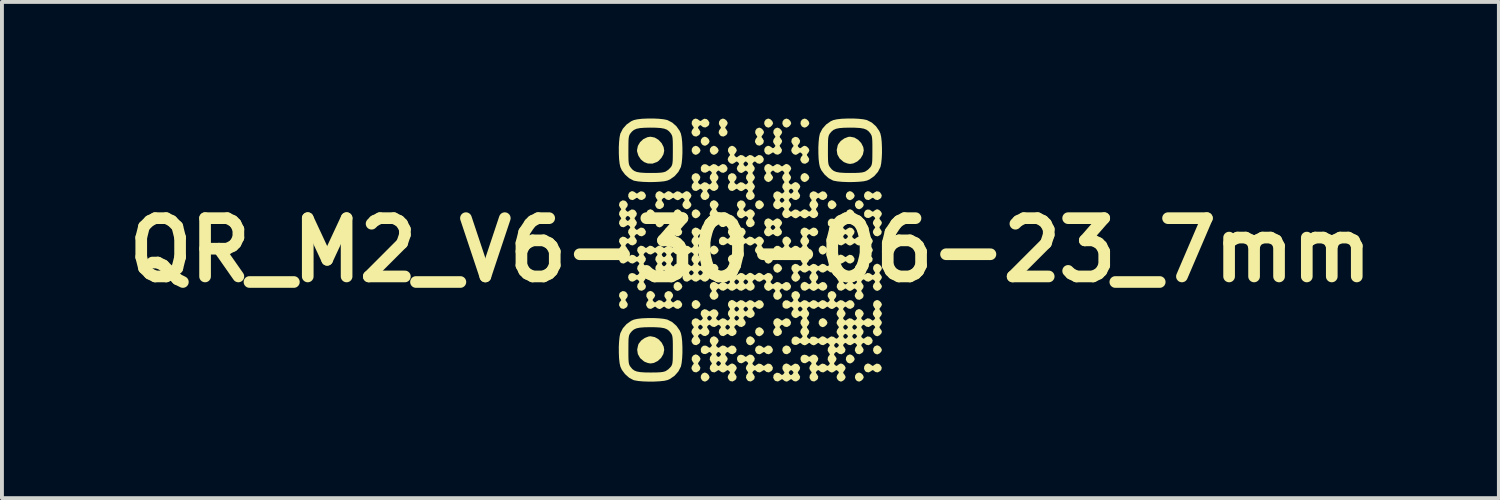
<source format=kicad_pcb>
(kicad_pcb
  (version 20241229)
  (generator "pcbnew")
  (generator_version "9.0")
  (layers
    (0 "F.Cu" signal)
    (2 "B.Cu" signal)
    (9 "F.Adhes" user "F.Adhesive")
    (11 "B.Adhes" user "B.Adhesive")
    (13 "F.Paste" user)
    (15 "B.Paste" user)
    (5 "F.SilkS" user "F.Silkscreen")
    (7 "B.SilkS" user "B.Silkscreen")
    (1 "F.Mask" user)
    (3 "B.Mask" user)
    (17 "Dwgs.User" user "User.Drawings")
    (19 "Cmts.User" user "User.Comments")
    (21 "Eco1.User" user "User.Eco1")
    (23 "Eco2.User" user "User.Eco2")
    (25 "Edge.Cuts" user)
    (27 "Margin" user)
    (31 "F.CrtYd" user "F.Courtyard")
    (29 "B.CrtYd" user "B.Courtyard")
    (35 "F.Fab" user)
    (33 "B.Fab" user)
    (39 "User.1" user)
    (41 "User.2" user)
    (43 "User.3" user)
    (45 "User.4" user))
  (footprint "QR_M2_V6-30-06-23_7mm"
    (layer "F.Cu")
    (at 16.264 3.387)
    (property "Reference" "QR_M2_V6-30-06-23_7mm" (at 0 0 0) (layer "F.SilkS") (effects (font (size 1.5 1.5) (thickness 0.3))))
    (attr board_only exclude_from_pos_files exclude_from_bom)
    (fp_poly (pts (xy 0.977 2.466) (xy 1.012 2.494) (xy 1.047 2.556) (xy 1.036 2.613) (xy 1.008 2.646) (xy 0.944 2.681) (xy 0.882 2.67) (xy 0.854 2.648) (xy 0.82 2.586) (xy 0.83 2.521) (xy 0.854 2.488) (xy 0.914 2.454)) (stroke (width 0) (type solid)) (fill yes) (layer "F.SilkS"))
    (fp_poly (pts (xy -2.519 -1.031) (xy -2.473 -0.986) (xy -2.451 -0.934) (xy -2.451 -0.93) (xy -2.47 -0.883) (xy -2.515 -0.84) (xy -2.567 -0.818) (xy -2.574 -0.817) (xy -2.62 -0.833) (xy -2.648 -0.854) (xy -2.679 -0.911) (xy -2.674 -0.973) (xy -2.64 -1.025) (xy -2.582 -1.05) (xy -2.57 -1.051)) (stroke (width 0) (type solid)) (fill yes) (layer "F.SilkS"))
    (fp_poly (pts (xy -2.285 -0.798) (xy -2.24 -0.753) (xy -2.218 -0.7) (xy -2.218 -0.696) (xy -2.237 -0.65) (xy -2.282 -0.606) (xy -2.333 -0.584) (xy -2.341 -0.584) (xy -2.387 -0.599) (xy -2.415 -0.62) (xy -2.445 -0.678) (xy -2.44 -0.74) (xy -2.406 -0.791) (xy -2.348 -0.816) (xy -2.337 -0.817)) (stroke (width 0) (type solid)) (fill yes) (layer "F.SilkS"))
    (fp_poly (pts (xy -1.818 -1.031) (xy -1.773 -0.986) (xy -1.751 -0.934) (xy -1.751 -0.93) (xy -1.77 -0.883) (xy -1.815 -0.84) (xy -1.866 -0.818) (xy -1.874 -0.817) (xy -1.92 -0.833) (xy -1.948 -0.854) (xy -1.978 -0.911) (xy -1.973 -0.973) (xy -1.939 -1.025) (xy -1.881 -1.05) (xy -1.87 -1.051)) (stroke (width 0) (type solid)) (fill yes) (layer "F.SilkS"))
    (fp_poly (pts (xy -1.818 0.836) (xy -1.773 0.882) (xy -1.751 0.934) (xy -1.751 0.938) (xy -1.77 0.985) (xy -1.815 1.028) (xy -1.866 1.05) (xy -1.874 1.051) (xy -1.92 1.035) (xy -1.948 1.014) (xy -1.978 0.956) (xy -1.973 0.894) (xy -1.939 0.843) (xy -1.881 0.818) (xy -1.87 0.817)) (stroke (width 0) (type solid)) (fill yes) (layer "F.SilkS"))
    (fp_poly (pts (xy -1.351 -2.665) (xy -1.306 -2.62) (xy -1.284 -2.568) (xy -1.284 -2.564) (xy -1.303 -2.517) (xy -1.348 -2.474) (xy -1.4 -2.452) (xy -1.407 -2.451) (xy -1.453 -2.467) (xy -1.481 -2.488) (xy -1.511 -2.546) (xy -1.507 -2.608) (xy -1.472 -2.659) (xy -1.414 -2.684) (xy -1.403 -2.685)) (stroke (width 0) (type solid)) (fill yes) (layer "F.SilkS"))
    (fp_poly (pts (xy -1.351 -1.031) (xy -1.306 -0.986) (xy -1.284 -0.934) (xy -1.284 -0.93) (xy -1.303 -0.883) (xy -1.348 -0.84) (xy -1.4 -0.818) (xy -1.407 -0.817) (xy -1.453 -0.833) (xy -1.481 -0.854) (xy -1.511 -0.911) (xy -1.507 -0.973) (xy -1.472 -1.025) (xy -1.414 -1.05) (xy -1.403 -1.051)) (stroke (width 0) (type solid)) (fill yes) (layer "F.SilkS"))
    (fp_poly (pts (xy -1.351 1.303) (xy -1.306 1.349) (xy -1.284 1.401) (xy -1.284 1.405) (xy -1.303 1.452) (xy -1.348 1.495) (xy -1.4 1.517) (xy -1.407 1.517) (xy -1.453 1.502) (xy -1.481 1.481) (xy -1.511 1.423) (xy -1.507 1.361) (xy -1.472 1.31) (xy -1.414 1.285) (xy -1.403 1.284)) (stroke (width 0) (type solid)) (fill yes) (layer "F.SilkS"))
    (fp_poly (pts (xy -1.118 -2.899) (xy -1.072 -2.854) (xy -1.051 -2.801) (xy -1.051 -2.797) (xy -1.07 -2.751) (xy -1.115 -2.707) (xy -1.166 -2.685) (xy -1.173 -2.685) (xy -1.219 -2.7) (xy -1.247 -2.721) (xy -1.278 -2.779) (xy -1.273 -2.841) (xy -1.239 -2.892) (xy -1.181 -2.918) (xy -1.169 -2.918)) (stroke (width 0) (type solid)) (fill yes) (layer "F.SilkS"))
    (fp_poly (pts (xy -1.118 3.171) (xy -1.072 3.216) (xy -1.051 3.269) (xy -1.051 3.272) (xy -1.07 3.319) (xy -1.115 3.362) (xy -1.166 3.385) (xy -1.173 3.385) (xy -1.219 3.37) (xy -1.247 3.348) (xy -1.278 3.291) (xy -1.273 3.229) (xy -1.239 3.178) (xy -1.181 3.152) (xy -1.169 3.152)) (stroke (width 0) (type solid)) (fill yes) (layer "F.SilkS"))
    (fp_poly (pts (xy -0.884 -2.665) (xy -0.839 -2.62) (xy -0.817 -2.568) (xy -0.817 -2.564) (xy -0.836 -2.517) (xy -0.881 -2.474) (xy -0.933 -2.452) (xy -0.94 -2.451) (xy -0.986 -2.467) (xy -1.014 -2.488) (xy -1.045 -2.546) (xy -1.04 -2.608) (xy -1.005 -2.659) (xy -0.948 -2.684) (xy -0.936 -2.685)) (stroke (width 0) (type solid)) (fill yes) (layer "F.SilkS"))
    (fp_poly (pts (xy -0.884 -0.097) (xy -0.839 -0.052) (xy -0.817 0.000299) (xy -0.817 0.004) (xy -0.836 0.051) (xy -0.881 0.094) (xy -0.933 0.116) (xy -0.94 0.117) (xy -0.986 0.101) (xy -1.014 0.08) (xy -1.045 0.022) (xy -1.04 -0.04) (xy -1.005 -0.091) (xy -0.948 -0.116) (xy -0.936 -0.117)) (stroke (width 0) (type solid)) (fill yes) (layer "F.SilkS"))
    (fp_poly (pts (xy 0.049 2.237) (xy 0.095 2.282) (xy 0.117 2.335) (xy 0.117 2.339) (xy 0.098 2.385) (xy 0.053 2.429) (xy 0.001 2.451) (xy -0.006 2.451) (xy -0.052 2.436) (xy -0.08 2.415) (xy -0.111 2.357) (xy -0.106 2.295) (xy -0.071 2.244) (xy -0.014 2.218) (xy -0.002 2.218)) (stroke (width 0) (type solid)) (fill yes) (layer "F.SilkS"))
    (fp_poly (pts (xy 0.283 -1.265) (xy 0.329 -1.219) (xy 0.35 -1.167) (xy 0.35 -1.163) (xy 0.331 -1.116) (xy 0.286 -1.073) (xy 0.235 -1.051) (xy 0.227 -1.051) (xy 0.181 -1.066) (xy 0.153 -1.087) (xy 0.123 -1.145) (xy 0.128 -1.207) (xy 0.162 -1.258) (xy 0.22 -1.283) (xy 0.232 -1.284)) (stroke (width 0) (type solid)) (fill yes) (layer "F.SilkS"))
    (fp_poly (pts (xy 0.283 2.004) (xy 0.329 2.049) (xy 0.35 2.101) (xy 0.35 2.105) (xy 0.331 2.152) (xy 0.286 2.195) (xy 0.235 2.217) (xy 0.227 2.218) (xy 0.181 2.202) (xy 0.153 2.181) (xy 0.123 2.124) (xy 0.128 2.061) (xy 0.162 2.01) (xy 0.22 1.985) (xy 0.232 1.984)) (stroke (width 0) (type solid)) (fill yes) (layer "F.SilkS"))
    (fp_poly (pts (xy 0.516 -3.366) (xy 0.562 -3.321) (xy 0.584 -3.268) (xy 0.584 -3.264) (xy 0.564 -3.218) (xy 0.52 -3.174) (xy 0.468 -3.152) (xy 0.461 -3.152) (xy 0.415 -3.167) (xy 0.387 -3.188) (xy 0.356 -3.246) (xy 0.361 -3.308) (xy 0.395 -3.359) (xy 0.453 -3.384) (xy 0.465 -3.385)) (stroke (width 0) (type solid)) (fill yes) (layer "F.SilkS"))
    (fp_poly (pts (xy 0.516 0.136) (xy 0.562 0.181) (xy 0.584 0.234) (xy 0.584 0.238) (xy 0.564 0.284) (xy 0.52 0.327) (xy 0.468 0.35) (xy 0.461 0.35) (xy 0.415 0.335) (xy 0.387 0.313) (xy 0.356 0.256) (xy 0.361 0.194) (xy 0.395 0.143) (xy 0.453 0.117) (xy 0.465 0.117)) (stroke (width 0) (type solid)) (fill yes) (layer "F.SilkS"))
    (fp_poly (pts (xy 0.75 0.369) (xy 0.795 0.415) (xy 0.817 0.467) (xy 0.817 0.471) (xy 0.798 0.518) (xy 0.753 0.561) (xy 0.702 0.583) (xy 0.694 0.584) (xy 0.648 0.568) (xy 0.62 0.547) (xy 0.59 0.489) (xy 0.595 0.427) (xy 0.629 0.376) (xy 0.687 0.351) (xy 0.698 0.35)) (stroke (width 0) (type solid)) (fill yes) (layer "F.SilkS"))
    (fp_poly (pts (xy 0.983 -3.366) (xy 1.029 -3.321) (xy 1.05 -3.268) (xy 1.051 -3.264) (xy 1.031 -3.218) (xy 0.987 -3.174) (xy 0.935 -3.152) (xy 0.928 -3.152) (xy 0.882 -3.167) (xy 0.854 -3.188) (xy 0.823 -3.246) (xy 0.828 -3.308) (xy 0.862 -3.359) (xy 0.92 -3.384) (xy 0.932 -3.385)) (stroke (width 0) (type solid)) (fill yes) (layer "F.SilkS"))
    (fp_poly (pts (xy 1.45 -3.366) (xy 1.496 -3.321) (xy 1.517 -3.268) (xy 1.517 -3.264) (xy 1.498 -3.218) (xy 1.453 -3.174) (xy 1.402 -3.152) (xy 1.395 -3.152) (xy 1.349 -3.167) (xy 1.321 -3.188) (xy 1.29 -3.246) (xy 1.295 -3.308) (xy 1.329 -3.359) (xy 1.387 -3.384) (xy 1.399 -3.385)) (stroke (width 0) (type solid)) (fill yes) (layer "F.SilkS"))
    (fp_poly (pts (xy 1.45 -1.965) (xy 1.496 -1.92) (xy 1.517 -1.867) (xy 1.517 -1.864) (xy 1.498 -1.817) (xy 1.453 -1.774) (xy 1.402 -1.751) (xy 1.395 -1.751) (xy 1.349 -1.766) (xy 1.321 -1.788) (xy 1.29 -1.845) (xy 1.295 -1.907) (xy 1.329 -1.958) (xy 1.387 -1.984) (xy 1.399 -1.984)) (stroke (width 0) (type solid)) (fill yes) (layer "F.SilkS"))
    (fp_poly (pts (xy 1.917 -0.097) (xy 1.963 -0.052) (xy 1.984 0.000299) (xy 1.984 0.004) (xy 1.965 0.051) (xy 1.92 0.094) (xy 1.869 0.116) (xy 1.862 0.117) (xy 1.816 0.101) (xy 1.788 0.08) (xy 1.757 0.022) (xy 1.762 -0.04) (xy 1.796 -0.091) (xy 1.854 -0.116) (xy 1.866 -0.117)) (stroke (width 0) (type solid)) (fill yes) (layer "F.SilkS"))
    (fp_poly (pts (xy 1.917 1.77) (xy 1.963 1.816) (xy 1.984 1.868) (xy 1.984 1.872) (xy 1.965 1.918) (xy 1.92 1.962) (xy 1.869 1.984) (xy 1.862 1.984) (xy 1.816 1.969) (xy 1.788 1.948) (xy 1.757 1.89) (xy 1.762 1.828) (xy 1.796 1.777) (xy 1.854 1.752) (xy 1.866 1.751)) (stroke (width 0) (type solid)) (fill yes) (layer "F.SilkS"))
    (fp_poly (pts (xy 2.15 -1.265) (xy 2.196 -1.219) (xy 2.218 -1.167) (xy 2.218 -1.163) (xy 2.199 -1.116) (xy 2.154 -1.073) (xy 2.102 -1.051) (xy 2.095 -1.051) (xy 2.049 -1.066) (xy 2.021 -1.087) (xy 1.99 -1.145) (xy 1.995 -1.207) (xy 2.03 -1.258) (xy 2.087 -1.283) (xy 2.099 -1.284)) (stroke (width 0) (type solid)) (fill yes) (layer "F.SilkS"))
    (fp_poly (pts (xy 2.617 -1.498) (xy 2.663 -1.453) (xy 2.685 -1.4) (xy 2.685 -1.397) (xy 2.666 -1.35) (xy 2.621 -1.307) (xy 2.569 -1.284) (xy 2.562 -1.284) (xy 2.516 -1.3) (xy 2.488 -1.321) (xy 2.457 -1.378) (xy 2.462 -1.44) (xy 2.497 -1.492) (xy 2.554 -1.517) (xy 2.566 -1.517)) (stroke (width 0) (type solid)) (fill yes) (layer "F.SilkS"))
    (fp_poly (pts (xy 2.617 -1.031) (xy 2.663 -0.986) (xy 2.685 -0.934) (xy 2.685 -0.93) (xy 2.666 -0.883) (xy 2.621 -0.84) (xy 2.569 -0.818) (xy 2.562 -0.817) (xy 2.516 -0.833) (xy 2.488 -0.854) (xy 2.457 -0.911) (xy 2.462 -0.973) (xy 2.497 -1.025) (xy 2.554 -1.05) (xy 2.566 -1.051)) (stroke (width 0) (type solid)) (fill yes) (layer "F.SilkS"))
    (fp_poly (pts (xy 2.617 2.704) (xy 2.663 2.749) (xy 2.685 2.802) (xy 2.685 2.806) (xy 2.666 2.852) (xy 2.621 2.896) (xy 2.569 2.918) (xy 2.562 2.918) (xy 2.516 2.903) (xy 2.488 2.882) (xy 2.457 2.824) (xy 2.462 2.762) (xy 2.497 2.711) (xy 2.554 2.685) (xy 2.566 2.685)) (stroke (width 0) (type solid)) (fill yes) (layer "F.SilkS"))
    (fp_poly (pts (xy 2.851 -1.265) (xy 2.897 -1.219) (xy 2.918 -1.167) (xy 2.918 -1.163) (xy 2.899 -1.116) (xy 2.854 -1.073) (xy 2.803 -1.051) (xy 2.795 -1.051) (xy 2.749 -1.066) (xy 2.721 -1.087) (xy 2.691 -1.145) (xy 2.696 -1.207) (xy 2.73 -1.258) (xy 2.788 -1.283) (xy 2.8 -1.284)) (stroke (width 0) (type solid)) (fill yes) (layer "F.SilkS"))
    (fp_poly (pts (xy 2.851 -0.798) (xy 2.897 -0.753) (xy 2.918 -0.7) (xy 2.918 -0.696) (xy 2.899 -0.65) (xy 2.854 -0.606) (xy 2.803 -0.584) (xy 2.795 -0.584) (xy 2.749 -0.599) (xy 2.721 -0.62) (xy 2.691 -0.678) (xy 2.696 -0.74) (xy 2.73 -0.791) (xy 2.788 -0.816) (xy 2.8 -0.817)) (stroke (width 0) (type solid)) (fill yes) (layer "F.SilkS"))
    (fp_poly (pts (xy 2.851 3.171) (xy 2.897 3.216) (xy 2.918 3.269) (xy 2.918 3.272) (xy 2.899 3.319) (xy 2.854 3.362) (xy 2.803 3.385) (xy 2.795 3.385) (xy 2.749 3.37) (xy 2.721 3.348) (xy 2.691 3.291) (xy 2.696 3.229) (xy 2.73 3.178) (xy 2.788 3.152) (xy 2.8 3.152)) (stroke (width 0) (type solid)) (fill yes) (layer "F.SilkS"))
    (fp_poly (pts (xy 3.318 2.471) (xy 3.363 2.516) (xy 3.385 2.568) (xy 3.385 2.572) (xy 3.366 2.619) (xy 3.321 2.662) (xy 3.27 2.684) (xy 3.262 2.685) (xy 3.216 2.669) (xy 3.188 2.648) (xy 3.158 2.59) (xy 3.163 2.528) (xy 3.197 2.477) (xy 3.255 2.452) (xy 3.266 2.451)) (stroke (width 0) (type solid)) (fill yes) (layer "F.SilkS"))
    (fp_poly (pts (xy -2.464 -2.897) (xy -2.366 -2.839) (xy -2.285 -2.753) (xy -2.233 -2.651) (xy -2.218 -2.558) (xy -2.237 -2.467) (xy -2.289 -2.375) (xy -2.362 -2.296) (xy -2.405 -2.267) (xy -2.522 -2.225) (xy -2.641 -2.229) (xy -2.737 -2.266) (xy -2.82 -2.334) (xy -2.883 -2.43) (xy -2.916 -2.538) (xy -2.918 -2.573) (xy -2.896 -2.681) (xy -2.838 -2.78) (xy -2.752 -2.858) (xy -2.649 -2.906) (xy -2.571 -2.918)) (stroke (width 0) (type solid)) (fill yes) (layer "F.SilkS"))
    (fp_poly (pts (xy -2.46 2.24) (xy -2.361 2.298) (xy -2.282 2.383) (xy -2.231 2.485) (xy -2.218 2.568) (xy -2.24 2.676) (xy -2.298 2.775) (xy -2.384 2.855) (xy -2.486 2.905) (xy -2.571 2.918) (xy -2.641 2.906) (xy -2.72 2.875) (xy -2.741 2.863) (xy -2.838 2.78) (xy -2.897 2.676) (xy -2.914 2.561) (xy -2.888 2.44) (xy -2.874 2.409) (xy -2.81 2.327) (xy -2.719 2.262) (xy -2.619 2.223) (xy -2.568 2.218)) (stroke (width 0) (type solid)) (fill yes) (layer "F.SilkS"))
    (fp_poly (pts (xy 2.676 -2.897) (xy 2.775 -2.838) (xy 2.854 -2.753) (xy 2.905 -2.651) (xy 2.918 -2.568) (xy 2.896 -2.46) (xy 2.838 -2.361) (xy 2.752 -2.281) (xy 2.65 -2.231) (xy 2.565 -2.218) (xy 2.495 -2.23) (xy 2.416 -2.261) (xy 2.395 -2.273) (xy 2.298 -2.356) (xy 2.239 -2.46) (xy 2.222 -2.575) (xy 2.248 -2.696) (xy 2.262 -2.727) (xy 2.326 -2.809) (xy 2.417 -2.874) (xy 2.517 -2.913) (xy 2.568 -2.918)) (stroke (width 0) (type solid)) (fill yes) (layer "F.SilkS"))
    (fp_poly (pts (xy -3.225 1.065) (xy -3.19 1.093) (xy -3.155 1.152) (xy -3.165 1.208) (xy -3.19 1.241) (xy -3.216 1.277) (xy -3.208 1.306) (xy -3.19 1.327) (xy -3.155 1.388) (xy -3.166 1.446) (xy -3.194 1.479) (xy -3.258 1.514) (xy -3.32 1.503) (xy -3.348 1.481) (xy -3.382 1.419) (xy -3.372 1.354) (xy -3.348 1.321) (xy -3.324 1.288) (xy -3.336 1.26) (xy -3.348 1.247) (xy -3.382 1.186) (xy -3.372 1.12) (xy -3.348 1.087) (xy -3.288 1.054)) (stroke (width 0) (type solid)) (fill yes) (layer "F.SilkS"))
    (fp_poly (pts (xy 0.276 2.467) (xy 0.306 2.489) (xy 0.341 2.514) (xy 0.369 2.505) (xy 0.386 2.489) (xy 0.447 2.455) (xy 0.51 2.465) (xy 0.545 2.494) (xy 0.58 2.556) (xy 0.569 2.613) (xy 0.541 2.646) (xy 0.477 2.681) (xy 0.415 2.67) (xy 0.386 2.647) (xy 0.354 2.622) (xy 0.325 2.631) (xy 0.306 2.647) (xy 0.243 2.682) (xy 0.181 2.67) (xy 0.153 2.648) (xy 0.12 2.586) (xy 0.13 2.521) (xy 0.153 2.488) (xy 0.213 2.454)) (stroke (width 0) (type solid)) (fill yes) (layer "F.SilkS"))
    (fp_poly (pts (xy -2.995 -1.503) (xy -2.962 -1.48) (xy -2.927 -1.455) (xy -2.9 -1.464) (xy -2.883 -1.48) (xy -2.822 -1.514) (xy -2.759 -1.503) (xy -2.723 -1.475) (xy -2.688 -1.413) (xy -2.699 -1.355) (xy -2.727 -1.323) (xy -2.791 -1.287) (xy -2.853 -1.299) (xy -2.883 -1.322) (xy -2.915 -1.347) (xy -2.943 -1.338) (xy -2.962 -1.322) (xy -3.026 -1.287) (xy -3.087 -1.299) (xy -3.115 -1.321) (xy -3.145 -1.377) (xy -3.141 -1.439) (xy -3.108 -1.491) (xy -3.053 -1.517) (xy -3.041 -1.517)) (stroke (width 0) (type solid)) (fill yes) (layer "F.SilkS"))
    (fp_poly (pts (xy -2.061 -0.569) (xy -2.028 -0.546) (xy -1.993 -0.521) (xy -1.966 -0.53) (xy -1.949 -0.546) (xy -1.888 -0.58) (xy -1.825 -0.57) (xy -1.79 -0.541) (xy -1.754 -0.479) (xy -1.766 -0.422) (xy -1.794 -0.389) (xy -1.858 -0.354) (xy -1.919 -0.365) (xy -1.949 -0.388) (xy -1.981 -0.413) (xy -2.009 -0.404) (xy -2.028 -0.388) (xy -2.092 -0.353) (xy -2.153 -0.365) (xy -2.181 -0.387) (xy -2.211 -0.444) (xy -2.207 -0.505) (xy -2.174 -0.557) (xy -2.119 -0.583) (xy -2.107 -0.584)) (stroke (width 0) (type solid)) (fill yes) (layer "F.SilkS"))
    (fp_poly (pts (xy 2.375 0.132) (xy 2.408 0.154) (xy 2.442 0.18) (xy 2.47 0.17) (xy 2.487 0.154) (xy 2.548 0.12) (xy 2.611 0.131) (xy 2.646 0.159) (xy 2.681 0.221) (xy 2.67 0.279) (xy 2.642 0.312) (xy 2.578 0.347) (xy 2.517 0.336) (xy 2.487 0.312) (xy 2.455 0.287) (xy 2.426 0.297) (xy 2.408 0.312) (xy 2.344 0.347) (xy 2.282 0.335) (xy 2.255 0.313) (xy 2.224 0.257) (xy 2.229 0.195) (xy 2.261 0.143) (xy 2.316 0.117) (xy 2.329 0.117)) (stroke (width 0) (type solid)) (fill yes) (layer "F.SilkS"))
    (fp_poly (pts (xy 3.075 -1.503) (xy 3.108 -1.48) (xy 3.143 -1.455) (xy 3.17 -1.464) (xy 3.187 -1.48) (xy 3.248 -1.514) (xy 3.311 -1.503) (xy 3.346 -1.475) (xy 3.382 -1.413) (xy 3.37 -1.355) (xy 3.342 -1.323) (xy 3.278 -1.287) (xy 3.217 -1.299) (xy 3.187 -1.322) (xy 3.155 -1.347) (xy 3.127 -1.338) (xy 3.108 -1.322) (xy 3.044 -1.287) (xy 2.983 -1.299) (xy 2.955 -1.321) (xy 2.925 -1.377) (xy 2.929 -1.439) (xy 2.962 -1.491) (xy 3.017 -1.517) (xy 3.029 -1.517)) (stroke (width 0) (type solid)) (fill yes) (layer "F.SilkS"))
    (fp_poly (pts (xy 3.075 2.933) (xy 3.108 2.956) (xy 3.143 2.981) (xy 3.17 2.972) (xy 3.187 2.956) (xy 3.248 2.921) (xy 3.311 2.932) (xy 3.346 2.961) (xy 3.382 3.023) (xy 3.37 3.08) (xy 3.342 3.113) (xy 3.278 3.148) (xy 3.217 3.137) (xy 3.187 3.114) (xy 3.155 3.089) (xy 3.127 3.098) (xy 3.108 3.114) (xy 3.044 3.149) (xy 2.983 3.137) (xy 2.955 3.115) (xy 2.925 3.058) (xy 2.929 2.996) (xy 2.962 2.945) (xy 3.017 2.919) (xy 3.029 2.918)) (stroke (width 0) (type solid)) (fill yes) (layer "F.SilkS"))
    (fp_poly (pts (xy -1.353 2.703) (xy -1.307 2.747) (xy -1.284 2.797) (xy -1.284 2.801) (xy -1.299 2.842) (xy -1.323 2.876) (xy -1.348 2.911) (xy -1.34 2.94) (xy -1.323 2.961) (xy -1.287 3.023) (xy -1.299 3.08) (xy -1.327 3.113) (xy -1.391 3.148) (xy -1.452 3.137) (xy -1.481 3.115) (xy -1.511 3.066) (xy -1.517 3.035) (xy -1.502 2.984) (xy -1.481 2.955) (xy -1.456 2.923) (xy -1.468 2.895) (xy -1.481 2.882) (xy -1.511 2.824) (xy -1.507 2.762) (xy -1.472 2.711) (xy -1.414 2.685) (xy -1.403 2.685)) (stroke (width 0) (type solid)) (fill yes) (layer "F.SilkS"))
    (fp_poly (pts (xy -0.886 -1.265) (xy -0.84 -1.222) (xy -0.817 -1.172) (xy -0.817 -1.167) (xy -0.832 -1.127) (xy -0.856 -1.093) (xy -0.882 -1.058) (xy -0.873 -1.029) (xy -0.856 -1.008) (xy -0.821 -0.946) (xy -0.832 -0.888) (xy -0.86 -0.856) (xy -0.924 -0.82) (xy -0.985 -0.831) (xy -1.014 -0.854) (xy -1.044 -0.903) (xy -1.051 -0.934) (xy -1.035 -0.985) (xy -1.014 -1.014) (xy -0.989 -1.046) (xy -1.001 -1.074) (xy -1.014 -1.087) (xy -1.045 -1.145) (xy -1.04 -1.207) (xy -1.005 -1.258) (xy -0.948 -1.283) (xy -0.936 -1.284)) (stroke (width 0) (type solid)) (fill yes) (layer "F.SilkS"))
    (fp_poly (pts (xy -0.652 -3.366) (xy -0.606 -3.323) (xy -0.584 -3.273) (xy -0.584 -3.268) (xy -0.598 -3.228) (xy -0.622 -3.194) (xy -0.648 -3.159) (xy -0.64 -3.13) (xy -0.622 -3.109) (xy -0.587 -3.047) (xy -0.598 -2.99) (xy -0.626 -2.957) (xy -0.69 -2.922) (xy -0.752 -2.933) (xy -0.78 -2.955) (xy -0.811 -3.004) (xy -0.817 -3.035) (xy -0.801 -3.086) (xy -0.78 -3.115) (xy -0.756 -3.147) (xy -0.768 -3.175) (xy -0.78 -3.188) (xy -0.811 -3.246) (xy -0.806 -3.308) (xy -0.772 -3.359) (xy -0.714 -3.384) (xy -0.702 -3.385)) (stroke (width 0) (type solid)) (fill yes) (layer "F.SilkS"))
    (fp_poly (pts (xy 0.282 -3.133) (xy 0.327 -3.089) (xy 0.35 -3.04) (xy 0.35 -3.035) (xy 0.336 -2.994) (xy 0.312 -2.961) (xy 0.286 -2.925) (xy 0.294 -2.896) (xy 0.312 -2.876) (xy 0.347 -2.814) (xy 0.335 -2.756) (xy 0.307 -2.723) (xy 0.243 -2.688) (xy 0.182 -2.699) (xy 0.153 -2.721) (xy 0.123 -2.77) (xy 0.117 -2.801) (xy 0.133 -2.853) (xy 0.153 -2.882) (xy 0.178 -2.914) (xy 0.166 -2.942) (xy 0.153 -2.955) (xy 0.123 -3.013) (xy 0.128 -3.075) (xy 0.162 -3.126) (xy 0.22 -3.151) (xy 0.232 -3.152)) (stroke (width 0) (type solid)) (fill yes) (layer "F.SilkS"))
    (fp_poly (pts (xy -1.361 -3.37) (xy -1.328 -3.347) (xy -1.293 -3.322) (xy -1.265 -3.331) (xy -1.248 -3.347) (xy -1.187 -3.382) (xy -1.125 -3.371) (xy -1.089 -3.342) (xy -1.054 -3.281) (xy -1.065 -3.223) (xy -1.093 -3.19) (xy -1.157 -3.155) (xy -1.219 -3.166) (xy -1.249 -3.19) (xy -1.282 -3.216) (xy -1.309 -3.206) (xy -1.325 -3.191) (xy -1.35 -3.159) (xy -1.341 -3.13) (xy -1.323 -3.11) (xy -1.288 -3.048) (xy -1.298 -2.99) (xy -1.327 -2.957) (xy -1.391 -2.922) (xy -1.452 -2.933) (xy -1.481 -2.955) (xy -1.511 -3.004) (xy -1.517 -3.035) (xy -1.502 -3.086) (xy -1.481 -3.115) (xy -1.456 -3.147) (xy -1.468 -3.175) (xy -1.481 -3.188) (xy -1.511 -3.245) (xy -1.507 -3.307) (xy -1.474 -3.359) (xy -1.419 -3.384) (xy -1.407 -3.385)) (stroke (width 0) (type solid)) (fill yes) (layer "F.SilkS"))
    (fp_poly (pts (xy 0.74 1.766) (xy 0.773 1.789) (xy 0.808 1.814) (xy 0.836 1.805) (xy 0.853 1.789) (xy 0.914 1.754) (xy 0.976 1.765) (xy 1.012 1.794) (xy 1.047 1.855) (xy 1.036 1.913) (xy 1.008 1.946) (xy 0.944 1.981) (xy 0.882 1.97) (xy 0.852 1.946) (xy 0.819 1.92) (xy 0.792 1.93) (xy 0.776 1.945) (xy 0.751 1.977) (xy 0.76 2.006) (xy 0.778 2.026) (xy 0.813 2.088) (xy 0.803 2.146) (xy 0.774 2.179) (xy 0.71 2.214) (xy 0.649 2.204) (xy 0.62 2.181) (xy 0.59 2.132) (xy 0.584 2.101) (xy 0.599 2.05) (xy 0.62 2.021) (xy 0.645 1.989) (xy 0.633 1.961) (xy 0.62 1.948) (xy 0.59 1.891) (xy 0.594 1.829) (xy 0.627 1.778) (xy 0.682 1.752) (xy 0.694 1.751)) (stroke (width 0) (type solid)) (fill yes) (layer "F.SilkS"))
    (fp_poly (pts (xy -0.19 -1.27) (xy -0.155 -1.241) (xy -0.121 -1.183) (xy -0.13 -1.127) (xy -0.156 -1.093) (xy -0.182 -1.057) (xy -0.175 -1.03) (xy -0.158 -1.011) (xy -0.125 -0.986) (xy -0.098 -0.997) (xy -0.082 -1.012) (xy -0.034 -1.043) (xy -0.002 -1.051) (xy 0.048 -1.032) (xy 0.094 -0.988) (xy 0.116 -0.939) (xy 0.117 -0.934) (xy 0.102 -0.893) (xy 0.078 -0.86) (xy 0.052 -0.824) (xy 0.06 -0.795) (xy 0.078 -0.774) (xy 0.113 -0.713) (xy 0.102 -0.655) (xy 0.074 -0.622) (xy 0.01 -0.587) (xy -0.051 -0.598) (xy -0.08 -0.62) (xy -0.11 -0.669) (xy -0.117 -0.7) (xy -0.101 -0.752) (xy -0.08 -0.78) (xy -0.056 -0.812) (xy -0.067 -0.84) (xy -0.081 -0.855) (xy -0.113 -0.88) (xy -0.142 -0.871) (xy -0.16 -0.855) (xy -0.208 -0.825) (xy -0.239 -0.817) (xy -0.293 -0.837) (xy -0.335 -0.885) (xy -0.35 -0.934) (xy -0.334 -0.985) (xy -0.313 -1.014) (xy -0.289 -1.046) (xy -0.301 -1.074) (xy -0.313 -1.087) (xy -0.347 -1.149) (xy -0.337 -1.214) (xy -0.313 -1.247) (xy -0.253 -1.281)) (stroke (width 0) (type solid)) (fill yes) (layer "F.SilkS"))
    (fp_poly (pts (xy 1.21 -2.904) (xy 1.245 -2.876) (xy 1.28 -2.817) (xy 1.27 -2.761) (xy 1.245 -2.727) (xy 1.219 -2.691) (xy 1.226 -2.664) (xy 1.243 -2.646) (xy 1.275 -2.621) (xy 1.303 -2.631) (xy 1.319 -2.646) (xy 1.367 -2.677) (xy 1.399 -2.685) (xy 1.449 -2.666) (xy 1.495 -2.623) (xy 1.517 -2.573) (xy 1.517 -2.568) (xy 1.503 -2.527) (xy 1.479 -2.494) (xy 1.453 -2.458) (xy 1.461 -2.429) (xy 1.479 -2.409) (xy 1.514 -2.347) (xy 1.503 -2.289) (xy 1.475 -2.256) (xy 1.411 -2.221) (xy 1.349 -2.232) (xy 1.321 -2.255) (xy 1.291 -2.303) (xy 1.284 -2.335) (xy 1.3 -2.386) (xy 1.321 -2.415) (xy 1.345 -2.447) (xy 1.333 -2.475) (xy 1.32 -2.489) (xy 1.287 -2.514) (xy 1.259 -2.505) (xy 1.24 -2.489) (xy 1.193 -2.459) (xy 1.161 -2.451) (xy 1.108 -2.471) (xy 1.065 -2.519) (xy 1.051 -2.568) (xy 1.066 -2.619) (xy 1.087 -2.648) (xy 1.112 -2.68) (xy 1.1 -2.708) (xy 1.087 -2.721) (xy 1.054 -2.783) (xy 1.063 -2.849) (xy 1.087 -2.882) (xy 1.148 -2.915)) (stroke (width 0) (type solid)) (fill yes) (layer "F.SilkS"))
    (fp_poly (pts (xy 0.748 -3.133) (xy 0.794 -3.089) (xy 0.817 -3.04) (xy 0.817 -3.035) (xy 0.803 -2.994) (xy 0.778 -2.961) (xy 0.753 -2.925) (xy 0.761 -2.896) (xy 0.778 -2.876) (xy 0.809 -2.83) (xy 0.817 -2.801) (xy 0.803 -2.761) (xy 0.778 -2.727) (xy 0.753 -2.692) (xy 0.761 -2.663) (xy 0.778 -2.642) (xy 0.814 -2.58) (xy 0.802 -2.523) (xy 0.774 -2.49) (xy 0.71 -2.455) (xy 0.649 -2.466) (xy 0.619 -2.489) (xy 0.587 -2.514) (xy 0.559 -2.505) (xy 0.54 -2.489) (xy 0.476 -2.454) (xy 0.415 -2.466) (xy 0.387 -2.488) (xy 0.357 -2.545) (xy 0.361 -2.607) (xy 0.394 -2.658) (xy 0.449 -2.684) (xy 0.461 -2.685) (xy 0.507 -2.67) (xy 0.54 -2.647) (xy 0.575 -2.622) (xy 0.602 -2.631) (xy 0.619 -2.647) (xy 0.644 -2.68) (xy 0.634 -2.707) (xy 0.62 -2.721) (xy 0.59 -2.77) (xy 0.584 -2.801) (xy 0.599 -2.853) (xy 0.62 -2.882) (xy 0.645 -2.914) (xy 0.633 -2.942) (xy 0.62 -2.955) (xy 0.59 -3.013) (xy 0.595 -3.075) (xy 0.629 -3.126) (xy 0.687 -3.151) (xy 0.698 -3.152)) (stroke (width 0) (type solid)) (fill yes) (layer "F.SilkS"))
    (fp_poly (pts (xy 3.316 -1.032) (xy 3.362 -0.988) (xy 3.385 -0.939) (xy 3.385 -0.934) (xy 3.371 -0.893) (xy 3.346 -0.86) (xy 3.321 -0.824) (xy 3.329 -0.795) (xy 3.346 -0.774) (xy 3.377 -0.729) (xy 3.385 -0.7) (xy 3.371 -0.66) (xy 3.346 -0.626) (xy 3.321 -0.591) (xy 3.329 -0.562) (xy 3.346 -0.541) (xy 3.382 -0.479) (xy 3.37 -0.422) (xy 3.342 -0.389) (xy 3.278 -0.354) (xy 3.217 -0.365) (xy 3.188 -0.387) (xy 3.158 -0.436) (xy 3.152 -0.467) (xy 3.167 -0.518) (xy 3.188 -0.547) (xy 3.213 -0.579) (xy 3.201 -0.607) (xy 3.188 -0.62) (xy 3.158 -0.669) (xy 3.152 -0.7) (xy 3.167 -0.752) (xy 3.188 -0.78) (xy 3.213 -0.812) (xy 3.201 -0.84) (xy 3.187 -0.855) (xy 3.156 -0.879) (xy 3.127 -0.871) (xy 3.105 -0.852) (xy 3.048 -0.825) (xy 2.987 -0.831) (xy 2.94 -0.866) (xy 2.93 -0.887) (xy 2.926 -0.958) (xy 2.953 -1.012) (xy 3.002 -1.043) (xy 3.061 -1.042) (xy 3.105 -1.016) (xy 3.141 -0.989) (xy 3.168 -0.995) (xy 3.187 -1.013) (xy 3.235 -1.043) (xy 3.266 -1.051)) (stroke (width 0) (type solid)) (fill yes) (layer "F.SilkS"))
    (fp_poly (pts (xy 0.748 -0.798) (xy 0.794 -0.755) (xy 0.817 -0.705) (xy 0.817 -0.7) (xy 0.803 -0.66) (xy 0.778 -0.626) (xy 0.753 -0.591) (xy 0.761 -0.562) (xy 0.778 -0.541) (xy 0.814 -0.479) (xy 0.802 -0.422) (xy 0.774 -0.389) (xy 0.71 -0.354) (xy 0.649 -0.365) (xy 0.619 -0.388) (xy 0.587 -0.413) (xy 0.559 -0.404) (xy 0.54 -0.388) (xy 0.476 -0.353) (xy 0.415 -0.365) (xy 0.387 -0.387) (xy 0.357 -0.436) (xy 0.35 -0.467) (xy 0.366 -0.518) (xy 0.387 -0.547) (xy 0.411 -0.579) (xy 0.408 -0.588) (xy 0.519 -0.588) (xy 0.533 -0.554) (xy 0.536 -0.55) (xy 0.567 -0.519) (xy 0.594 -0.523) (xy 0.622 -0.549) (xy 0.644 -0.58) (xy 0.631 -0.609) (xy 0.619 -0.622) (xy 0.586 -0.648) (xy 0.558 -0.638) (xy 0.543 -0.623) (xy 0.519 -0.588) (xy 0.408 -0.588) (xy 0.399 -0.607) (xy 0.387 -0.62) (xy 0.357 -0.677) (xy 0.361 -0.739) (xy 0.394 -0.791) (xy 0.449 -0.816) (xy 0.461 -0.817) (xy 0.507 -0.802) (xy 0.54 -0.779) (xy 0.575 -0.754) (xy 0.602 -0.763) (xy 0.619 -0.779) (xy 0.667 -0.81) (xy 0.698 -0.817)) (stroke (width 0) (type solid)) (fill yes) (layer "F.SilkS"))
    (fp_poly (pts (xy 0.974 2.933) (xy 1.007 2.956) (xy 1.042 2.981) (xy 1.069 2.972) (xy 1.086 2.956) (xy 1.147 2.921) (xy 1.21 2.932) (xy 1.245 2.961) (xy 1.28 3.02) (xy 1.27 3.075) (xy 1.245 3.109) (xy 1.22 3.145) (xy 1.228 3.174) (xy 1.245 3.194) (xy 1.281 3.256) (xy 1.269 3.314) (xy 1.241 3.346) (xy 1.177 3.382) (xy 1.116 3.371) (xy 1.086 3.347) (xy 1.054 3.322) (xy 1.026 3.331) (xy 1.007 3.347) (xy 0.959 3.377) (xy 0.928 3.385) (xy 0.882 3.37) (xy 0.853 3.347) (xy 0.82 3.322) (xy 0.792 3.331) (xy 0.773 3.347) (xy 0.71 3.382) (xy 0.648 3.37) (xy 0.62 3.348) (xy 0.587 3.287) (xy 0.596 3.221) (xy 0.62 3.188) (xy 0.68 3.155) (xy 0.743 3.167) (xy 0.773 3.189) (xy 0.808 3.214) (xy 0.836 3.205) (xy 0.853 3.189) (xy 0.878 3.157) (xy 0.874 3.148) (xy 0.986 3.148) (xy 0.999 3.181) (xy 1.003 3.186) (xy 1.034 3.217) (xy 1.061 3.212) (xy 1.089 3.187) (xy 1.111 3.156) (xy 1.098 3.127) (xy 1.086 3.113) (xy 1.053 3.088) (xy 1.025 3.098) (xy 1.01 3.112) (xy 0.986 3.148) (xy 0.874 3.148) (xy 0.867 3.129) (xy 0.854 3.115) (xy 0.824 3.058) (xy 0.828 2.996) (xy 0.86 2.945) (xy 0.916 2.919) (xy 0.928 2.918)) (stroke (width 0) (type solid)) (fill yes) (layer "F.SilkS"))
    (fp_poly (pts (xy 0.043 2.699) (xy 0.078 2.727) (xy 0.113 2.786) (xy 0.103 2.842) (xy 0.077 2.876) (xy 0.051 2.912) (xy 0.059 2.939) (xy 0.076 2.957) (xy 0.108 2.982) (xy 0.136 2.972) (xy 0.152 2.957) (xy 0.212 2.921) (xy 0.275 2.933) (xy 0.306 2.956) (xy 0.341 2.981) (xy 0.369 2.972) (xy 0.386 2.956) (xy 0.447 2.921) (xy 0.51 2.932) (xy 0.545 2.961) (xy 0.58 3.023) (xy 0.569 3.08) (xy 0.541 3.113) (xy 0.477 3.148) (xy 0.415 3.137) (xy 0.386 3.114) (xy 0.354 3.089) (xy 0.325 3.098) (xy 0.306 3.114) (xy 0.243 3.149) (xy 0.181 3.137) (xy 0.152 3.113) (xy 0.119 3.088) (xy 0.092 3.098) (xy 0.076 3.113) (xy 0.051 3.144) (xy 0.06 3.173) (xy 0.077 3.194) (xy 0.113 3.256) (xy 0.102 3.313) (xy 0.074 3.346) (xy 0.01 3.382) (xy -0.051 3.371) (xy -0.08 3.348) (xy -0.114 3.287) (xy -0.104 3.221) (xy -0.08 3.188) (xy -0.056 3.156) (xy -0.068 3.128) (xy -0.08 3.115) (xy -0.11 3.066) (xy -0.117 3.035) (xy -0.101 2.984) (xy -0.08 2.955) (xy -0.056 2.923) (xy -0.067 2.895) (xy -0.081 2.88) (xy -0.113 2.856) (xy -0.141 2.864) (xy -0.164 2.883) (xy -0.223 2.913) (xy -0.28 2.905) (xy -0.325 2.868) (xy -0.345 2.808) (xy -0.339 2.755) (xy -0.303 2.709) (xy -0.246 2.691) (xy -0.185 2.705) (xy -0.164 2.72) (xy -0.127 2.747) (xy -0.1 2.74) (xy -0.081 2.722) (xy -0.02 2.688)) (stroke (width 0) (type solid)) (fill yes) (layer "F.SilkS"))
    (fp_poly (pts (xy -2.52 1.069) (xy -2.474 1.113) (xy -2.452 1.162) (xy -2.451 1.167) (xy -2.466 1.208) (xy -2.491 1.242) (xy -2.517 1.278) (xy -2.509 1.305) (xy -2.492 1.323) (xy -2.46 1.348) (xy -2.432 1.338) (xy -2.416 1.322) (xy -2.356 1.287) (xy -2.293 1.299) (xy -2.262 1.322) (xy -2.227 1.347) (xy -2.199 1.338) (xy -2.182 1.322) (xy -2.157 1.289) (xy -2.168 1.261) (xy -2.181 1.247) (xy -2.215 1.186) (xy -2.205 1.12) (xy -2.181 1.087) (xy -2.121 1.054) (xy -2.058 1.065) (xy -2.023 1.093) (xy -1.988 1.152) (xy -1.998 1.207) (xy -2.024 1.242) (xy -2.05 1.278) (xy -2.042 1.305) (xy -2.025 1.323) (xy -1.993 1.348) (xy -1.966 1.338) (xy -1.949 1.322) (xy -1.888 1.287) (xy -1.825 1.298) (xy -1.79 1.327) (xy -1.754 1.388) (xy -1.766 1.446) (xy -1.794 1.479) (xy -1.858 1.514) (xy -1.919 1.503) (xy -1.949 1.48) (xy -1.981 1.455) (xy -2.009 1.464) (xy -2.028 1.48) (xy -2.092 1.514) (xy -2.153 1.502) (xy -2.182 1.48) (xy -2.214 1.455) (xy -2.243 1.464) (xy -2.262 1.48) (xy -2.309 1.51) (xy -2.341 1.517) (xy -2.386 1.502) (xy -2.416 1.48) (xy -2.448 1.455) (xy -2.476 1.464) (xy -2.495 1.48) (xy -2.559 1.514) (xy -2.62 1.503) (xy -2.648 1.481) (xy -2.678 1.432) (xy -2.685 1.401) (xy -2.669 1.349) (xy -2.648 1.321) (xy -2.624 1.288) (xy -2.636 1.26) (xy -2.648 1.247) (xy -2.679 1.19) (xy -2.674 1.128) (xy -2.64 1.076) (xy -2.582 1.051) (xy -2.57 1.051)) (stroke (width 0) (type solid)) (fill yes) (layer "F.SilkS"))
    (fp_poly (pts (xy -1.586 -1.499) (xy -1.54 -1.455) (xy -1.518 -1.406) (xy -1.517 -1.401) (xy -1.532 -1.36) (xy -1.556 -1.327) (xy -1.582 -1.291) (xy -1.574 -1.262) (xy -1.556 -1.241) (xy -1.526 -1.194) (xy -1.517 -1.163) (xy -1.537 -1.116) (xy -1.581 -1.073) (xy -1.633 -1.051) (xy -1.64 -1.051) (xy -1.694 -1.071) (xy -1.736 -1.118) (xy -1.751 -1.167) (xy -1.735 -1.219) (xy -1.714 -1.247) (xy -1.69 -1.279) (xy -1.702 -1.307) (xy -1.715 -1.322) (xy -1.748 -1.347) (xy -1.776 -1.338) (xy -1.795 -1.322) (xy -1.842 -1.292) (xy -1.874 -1.284) (xy -1.919 -1.3) (xy -1.949 -1.322) (xy -1.981 -1.347) (xy -2.009 -1.338) (xy -2.028 -1.322) (xy -2.092 -1.287) (xy -2.153 -1.299) (xy -2.183 -1.322) (xy -2.216 -1.348) (xy -2.243 -1.338) (xy -2.259 -1.323) (xy -2.284 -1.291) (xy -2.275 -1.263) (xy -2.257 -1.242) (xy -2.221 -1.18) (xy -2.232 -1.123) (xy -2.261 -1.089) (xy -2.325 -1.054) (xy -2.386 -1.065) (xy -2.415 -1.087) (xy -2.445 -1.136) (xy -2.451 -1.167) (xy -2.435 -1.219) (xy -2.415 -1.247) (xy -2.39 -1.28) (xy -2.402 -1.308) (xy -2.415 -1.321) (xy -2.445 -1.377) (xy -2.441 -1.439) (xy -2.408 -1.491) (xy -2.353 -1.517) (xy -2.341 -1.517) (xy -2.295 -1.503) (xy -2.262 -1.48) (xy -2.227 -1.455) (xy -2.199 -1.464) (xy -2.182 -1.48) (xy -2.136 -1.51) (xy -2.107 -1.517) (xy -2.061 -1.503) (xy -2.028 -1.48) (xy -1.993 -1.455) (xy -1.966 -1.464) (xy -1.949 -1.48) (xy -1.889 -1.514) (xy -1.826 -1.502) (xy -1.795 -1.48) (xy -1.76 -1.455) (xy -1.732 -1.464) (xy -1.715 -1.48) (xy -1.667 -1.51) (xy -1.636 -1.517)) (stroke (width 0) (type solid)) (fill yes) (layer "F.SilkS"))
    (fp_poly (pts (xy -2.356 -3.38) (xy -2.232 -3.367) (xy -2.141 -3.348) (xy -2.136 -3.346) (xy -2.013 -3.283) (xy -1.903 -3.186) (xy -1.82 -3.068) (xy -1.79 -3) (xy -1.77 -2.911) (xy -1.756 -2.789) (xy -1.75 -2.647) (xy -1.749 -2.499) (xy -1.756 -2.356) (xy -1.769 -2.232) (xy -1.788 -2.141) (xy -1.79 -2.136) (xy -1.853 -2.013) (xy -1.95 -1.903) (xy -2.068 -1.82) (xy -2.136 -1.79) (xy -2.22 -1.771) (xy -2.337 -1.759) (xy -2.475 -1.752) (xy -2.621 -1.751) (xy -2.763 -1.756) (xy -2.888 -1.767) (xy -2.984 -1.784) (xy -3.01 -1.791) (xy -3.122 -1.851) (xy -3.226 -1.944) (xy -3.309 -2.055) (xy -3.346 -2.136) (xy -3.366 -2.225) (xy -3.38 -2.347) (xy -3.386 -2.489) (xy -3.386 -2.568) (xy -3.14 -2.568) (xy -3.14 -2.429) (xy -3.138 -2.328) (xy -3.133 -2.258) (xy -3.125 -2.209) (xy -3.112 -2.173) (xy -3.094 -2.142) (xy -3.088 -2.134) (xy -3.042 -2.078) (xy -2.99 -2.038) (xy -2.923 -2.011) (xy -2.834 -1.995) (xy -2.713 -1.987) (xy -2.572 -1.985) (xy -2.43 -1.986) (xy -2.326 -1.991) (xy -2.251 -2) (xy -2.197 -2.015) (xy -2.18 -2.022) (xy -2.11 -2.069) (xy -2.051 -2.13) (xy -2.048 -2.133) (xy -2.028 -2.164) (xy -2.014 -2.198) (xy -2.005 -2.242) (xy -1.999 -2.306) (xy -1.997 -2.397) (xy -1.996 -2.525) (xy -1.996 -2.568) (xy -1.996 -2.707) (xy -1.998 -2.808) (xy -2.003 -2.878) (xy -2.011 -2.927) (xy -2.024 -2.963) (xy -2.042 -2.994) (xy -2.048 -3.003) (xy -2.095 -3.059) (xy -2.149 -3.099) (xy -2.219 -3.126) (xy -2.313 -3.142) (xy -2.438 -3.15) (xy -2.568 -3.152) (xy -2.725 -3.149) (xy -2.844 -3.14) (xy -2.932 -3.122) (xy -2.998 -3.092) (xy -3.05 -3.049) (xy -3.088 -3.003) (xy -3.108 -2.972) (xy -3.122 -2.938) (xy -3.131 -2.894) (xy -3.137 -2.83) (xy -3.139 -2.739) (xy -3.14 -2.611) (xy -3.14 -2.568) (xy -3.386 -2.568) (xy -3.387 -2.637) (xy -3.38 -2.78) (xy -3.367 -2.904) (xy -3.348 -2.995) (xy -3.346 -3) (xy -3.283 -3.123) (xy -3.186 -3.233) (xy -3.068 -3.316) (xy -3 -3.346) (xy -2.911 -3.366) (xy -2.789 -3.38) (xy -2.647 -3.386) (xy -2.499 -3.387)) (stroke (width 0) (type solid)) (fill yes) (layer "F.SilkS"))
    (fp_poly (pts (xy -2.356 1.756) (xy -2.232 1.769) (xy -2.141 1.788) (xy -2.136 1.79) (xy -2.013 1.853) (xy -1.903 1.95) (xy -1.82 2.068) (xy -1.79 2.136) (xy -1.77 2.225) (xy -1.756 2.347) (xy -1.75 2.489) (xy -1.749 2.637) (xy -1.756 2.78) (xy -1.769 2.904) (xy -1.788 2.995) (xy -1.79 3) (xy -1.853 3.123) (xy -1.95 3.233) (xy -2.068 3.316) (xy -2.136 3.346) (xy -2.22 3.365) (xy -2.337 3.377) (xy -2.475 3.384) (xy -2.621 3.385) (xy -2.763 3.38) (xy -2.888 3.369) (xy -2.984 3.352) (xy -3.01 3.345) (xy -3.122 3.285) (xy -3.226 3.192) (xy -3.309 3.081) (xy -3.346 3) (xy -3.366 2.911) (xy -3.38 2.789) (xy -3.386 2.647) (xy -3.386 2.568) (xy -3.14 2.568) (xy -3.14 2.707) (xy -3.138 2.808) (xy -3.133 2.878) (xy -3.125 2.927) (xy -3.112 2.963) (xy -3.094 2.994) (xy -3.088 3.002) (xy -3.042 3.058) (xy -2.99 3.098) (xy -2.923 3.125) (xy -2.834 3.141) (xy -2.713 3.149) (xy -2.572 3.151) (xy -2.43 3.15) (xy -2.326 3.145) (xy -2.251 3.136) (xy -2.197 3.121) (xy -2.18 3.114) (xy -2.11 3.067) (xy -2.051 3.006) (xy -2.048 3.003) (xy -2.028 2.972) (xy -2.014 2.938) (xy -2.005 2.894) (xy -1.999 2.83) (xy -1.997 2.739) (xy -1.996 2.611) (xy -1.996 2.568) (xy -1.996 2.429) (xy -1.998 2.328) (xy -2.003 2.258) (xy -2.011 2.209) (xy -2.024 2.173) (xy -2.042 2.142) (xy -2.048 2.133) (xy -2.095 2.077) (xy -2.149 2.037) (xy -2.219 2.01) (xy -2.313 1.994) (xy -2.438 1.986) (xy -2.568 1.984) (xy -2.725 1.987) (xy -2.844 1.996) (xy -2.932 2.014) (xy -2.998 2.044) (xy -3.05 2.087) (xy -3.088 2.133) (xy -3.108 2.164) (xy -3.122 2.198) (xy -3.131 2.242) (xy -3.137 2.306) (xy -3.139 2.397) (xy -3.14 2.525) (xy -3.14 2.568) (xy -3.386 2.568) (xy -3.387 2.499) (xy -3.38 2.356) (xy -3.367 2.232) (xy -3.348 2.141) (xy -3.346 2.136) (xy -3.283 2.013) (xy -3.186 1.903) (xy -3.068 1.82) (xy -3 1.79) (xy -2.911 1.77) (xy -2.789 1.756) (xy -2.647 1.75) (xy -2.499 1.749)) (stroke (width 0) (type solid)) (fill yes) (layer "F.SilkS"))
    (fp_poly (pts (xy 2.78 -3.38) (xy 2.904 -3.367) (xy 2.995 -3.348) (xy 3 -3.346) (xy 3.123 -3.283) (xy 3.233 -3.186) (xy 3.316 -3.068) (xy 3.346 -3) (xy 3.366 -2.911) (xy 3.38 -2.789) (xy 3.386 -2.647) (xy 3.387 -2.499) (xy 3.38 -2.356) (xy 3.367 -2.232) (xy 3.348 -2.141) (xy 3.346 -2.136) (xy 3.283 -2.013) (xy 3.186 -1.903) (xy 3.068 -1.82) (xy 3 -1.79) (xy 2.916 -1.771) (xy 2.799 -1.759) (xy 2.661 -1.752) (xy 2.515 -1.751) (xy 2.373 -1.756) (xy 2.248 -1.767) (xy 2.152 -1.784) (xy 2.126 -1.791) (xy 2.014 -1.851) (xy 1.91 -1.944) (xy 1.827 -2.055) (xy 1.79 -2.136) (xy 1.77 -2.225) (xy 1.756 -2.347) (xy 1.75 -2.489) (xy 1.75 -2.568) (xy 1.996 -2.568) (xy 1.996 -2.429) (xy 1.998 -2.328) (xy 2.003 -2.258) (xy 2.011 -2.209) (xy 2.024 -2.173) (xy 2.042 -2.142) (xy 2.048 -2.134) (xy 2.094 -2.078) (xy 2.146 -2.038) (xy 2.213 -2.011) (xy 2.302 -1.995) (xy 2.423 -1.987) (xy 2.564 -1.985) (xy 2.706 -1.986) (xy 2.81 -1.991) (xy 2.885 -2) (xy 2.939 -2.015) (xy 2.956 -2.022) (xy 3.026 -2.069) (xy 3.085 -2.13) (xy 3.088 -2.133) (xy 3.108 -2.164) (xy 3.122 -2.198) (xy 3.131 -2.242) (xy 3.137 -2.306) (xy 3.139 -2.397) (xy 3.14 -2.525) (xy 3.14 -2.568) (xy 3.14 -2.707) (xy 3.138 -2.808) (xy 3.133 -2.878) (xy 3.125 -2.927) (xy 3.112 -2.963) (xy 3.094 -2.994) (xy 3.088 -3.003) (xy 3.041 -3.059) (xy 2.987 -3.099) (xy 2.917 -3.126) (xy 2.824 -3.142) (xy 2.698 -3.15) (xy 2.568 -3.152) (xy 2.411 -3.149) (xy 2.293 -3.14) (xy 2.204 -3.122) (xy 2.138 -3.092) (xy 2.086 -3.049) (xy 2.048 -3.003) (xy 2.028 -2.972) (xy 2.014 -2.938) (xy 2.005 -2.894) (xy 1.999 -2.83) (xy 1.997 -2.739) (xy 1.996 -2.611) (xy 1.996 -2.568) (xy 1.75 -2.568) (xy 1.749 -2.637) (xy 1.756 -2.78) (xy 1.769 -2.904) (xy 1.788 -2.995) (xy 1.79 -3) (xy 1.853 -3.123) (xy 1.95 -3.233) (xy 2.068 -3.316) (xy 2.136 -3.346) (xy 2.225 -3.366) (xy 2.347 -3.38) (xy 2.489 -3.386) (xy 2.637 -3.387)) (stroke (width 0) (type solid)) (fill yes) (layer "F.SilkS"))
    (fp_poly (pts (xy -0.892 -2.203) (xy -0.861 -2.18) (xy -0.826 -2.155) (xy -0.798 -2.164) (xy -0.781 -2.18) (xy -0.72 -2.215) (xy -0.658 -2.204) (xy -0.622 -2.175) (xy -0.587 -2.113) (xy -0.598 -2.056) (xy -0.626 -2.023) (xy -0.69 -1.988) (xy -0.752 -1.999) (xy -0.782 -2.023) (xy -0.815 -2.048) (xy -0.842 -2.038) (xy -0.858 -2.023) (xy -0.883 -1.992) (xy -0.874 -1.963) (xy -0.856 -1.942) (xy -0.821 -1.884) (xy -0.83 -1.828) (xy -0.856 -1.794) (xy -0.882 -1.758) (xy -0.873 -1.729) (xy -0.856 -1.708) (xy -0.821 -1.647) (xy -0.832 -1.589) (xy -0.86 -1.556) (xy -0.924 -1.521) (xy -0.985 -1.532) (xy -1.016 -1.556) (xy -1.048 -1.582) (xy -1.076 -1.572) (xy -1.092 -1.557) (xy -1.116 -1.525) (xy -1.107 -1.496) (xy -1.09 -1.475) (xy -1.054 -1.414) (xy -1.065 -1.356) (xy -1.093 -1.323) (xy -1.157 -1.287) (xy -1.219 -1.298) (xy -1.247 -1.321) (xy -1.277 -1.369) (xy -1.284 -1.401) (xy -1.268 -1.452) (xy -1.247 -1.481) (xy -1.223 -1.513) (xy -1.235 -1.541) (xy -1.248 -1.555) (xy -1.281 -1.58) (xy -1.309 -1.571) (xy -1.328 -1.555) (xy -1.391 -1.521) (xy -1.453 -1.532) (xy -1.481 -1.554) (xy -1.514 -1.616) (xy -1.505 -1.681) (xy -1.481 -1.714) (xy -1.456 -1.747) (xy -1.468 -1.775) (xy -1.481 -1.788) (xy -1.514 -1.849) (xy -1.505 -1.915) (xy -1.481 -1.948) (xy -1.42 -1.981) (xy -1.358 -1.97) (xy -1.323 -1.942) (xy -1.288 -1.883) (xy -1.298 -1.828) (xy -1.323 -1.793) (xy -1.349 -1.757) (xy -1.342 -1.73) (xy -1.325 -1.712) (xy -1.293 -1.687) (xy -1.265 -1.697) (xy -1.249 -1.713) (xy -1.189 -1.748) (xy -1.126 -1.736) (xy -1.094 -1.713) (xy -1.059 -1.688) (xy -1.032 -1.697) (xy -1.015 -1.713) (xy -0.99 -1.746) (xy -1.001 -1.774) (xy -1.014 -1.788) (xy -1.047 -1.849) (xy -1.038 -1.915) (xy -1.014 -1.948) (xy -0.99 -1.98) (xy -1.001 -2.008) (xy -1.015 -2.022) (xy -1.046 -2.047) (xy -1.075 -2.038) (xy -1.097 -2.019) (xy -1.155 -1.992) (xy -1.215 -1.998) (xy -1.262 -2.033) (xy -1.272 -2.054) (xy -1.277 -2.125) (xy -1.249 -2.179) (xy -1.2 -2.21) (xy -1.141 -2.209) (xy -1.097 -2.183) (xy -1.061 -2.156) (xy -1.034 -2.163) (xy -1.015 -2.18) (xy -0.955 -2.215)) (stroke (width 0) (type solid)) (fill yes) (layer "F.SilkS"))
    (fp_poly (pts (xy -0.424 -0.803) (xy -0.389 -0.774) (xy -0.354 -0.716) (xy -0.364 -0.66) (xy -0.389 -0.626) (xy -0.416 -0.59) (xy -0.408 -0.563) (xy -0.391 -0.545) (xy -0.359 -0.519) (xy -0.331 -0.53) (xy -0.315 -0.545) (xy -0.254 -0.58) (xy -0.191 -0.57) (xy -0.155 -0.541) (xy -0.121 -0.483) (xy -0.13 -0.427) (xy -0.156 -0.392) (xy -0.182 -0.356) (xy -0.175 -0.329) (xy -0.158 -0.311) (xy -0.125 -0.286) (xy -0.098 -0.297) (xy -0.082 -0.312) (xy -0.022 -0.347) (xy 0.041 -0.335) (xy 0.073 -0.312) (xy 0.108 -0.287) (xy 0.135 -0.297) (xy 0.152 -0.312) (xy 0.2 -0.343) (xy 0.232 -0.35) (xy 0.282 -0.332) (xy 0.327 -0.288) (xy 0.35 -0.238) (xy 0.35 -0.233) (xy 0.336 -0.193) (xy 0.312 -0.159) (xy 0.286 -0.124) (xy 0.294 -0.095) (xy 0.312 -0.074) (xy 0.347 -0.012) (xy 0.335 0.045) (xy 0.307 0.078) (xy 0.243 0.113) (xy 0.182 0.102) (xy 0.153 0.08) (xy 0.123 0.031) (xy 0.117 0) (xy 0.133 -0.051) (xy 0.153 -0.08) (xy 0.178 -0.112) (xy 0.166 -0.14) (xy 0.152 -0.154) (xy 0.12 -0.18) (xy 0.092 -0.17) (xy 0.073 -0.154) (xy 0.025 -0.125) (xy -0.006 -0.117) (xy -0.052 -0.132) (xy -0.081 -0.154) (xy -0.113 -0.18) (xy -0.142 -0.17) (xy -0.16 -0.154) (xy -0.208 -0.125) (xy -0.239 -0.117) (xy -0.285 -0.132) (xy -0.315 -0.154) (xy -0.347 -0.18) (xy -0.375 -0.17) (xy -0.394 -0.154) (xy -0.457 -0.12) (xy -0.519 -0.132) (xy -0.548 -0.154) (xy -0.58 -0.179) (xy -0.608 -0.171) (xy -0.63 -0.152) (xy -0.688 -0.125) (xy -0.749 -0.131) (xy -0.795 -0.165) (xy -0.805 -0.187) (xy -0.81 -0.257) (xy -0.782 -0.312) (xy -0.733 -0.343) (xy -0.674 -0.341) (xy -0.63 -0.315) (xy -0.594 -0.288) (xy -0.567 -0.295) (xy -0.548 -0.312) (xy -0.523 -0.345) (xy -0.526 -0.354) (xy -0.415 -0.354) (xy -0.401 -0.321) (xy -0.398 -0.316) (xy -0.366 -0.285) (xy -0.34 -0.29) (xy -0.312 -0.315) (xy -0.289 -0.346) (xy -0.302 -0.375) (xy -0.315 -0.389) (xy -0.348 -0.414) (xy -0.375 -0.404) (xy -0.391 -0.39) (xy -0.415 -0.354) (xy -0.526 -0.354) (xy -0.534 -0.373) (xy -0.547 -0.387) (xy -0.58 -0.449) (xy -0.571 -0.514) (xy -0.547 -0.547) (xy -0.523 -0.579) (xy -0.534 -0.607) (xy -0.548 -0.621) (xy -0.58 -0.646) (xy -0.608 -0.638) (xy -0.63 -0.619) (xy -0.688 -0.592) (xy -0.749 -0.597) (xy -0.795 -0.632) (xy -0.805 -0.654) (xy -0.81 -0.724) (xy -0.782 -0.779) (xy -0.733 -0.809) (xy -0.674 -0.808) (xy -0.63 -0.782) (xy -0.594 -0.755) (xy -0.567 -0.762) (xy -0.548 -0.779) (xy -0.487 -0.814)) (stroke (width 0) (type solid)) (fill yes) (layer "F.SilkS"))
    (fp_poly (pts (xy 2.377 -0.803) (xy 2.413 -0.774) (xy 2.448 -0.716) (xy 2.438 -0.66) (xy 2.412 -0.626) (xy 2.386 -0.59) (xy 2.393 -0.563) (xy 2.41 -0.545) (xy 2.443 -0.519) (xy 2.47 -0.53) (xy 2.486 -0.545) (xy 2.548 -0.58) (xy 2.61 -0.57) (xy 2.646 -0.541) (xy 2.681 -0.483) (xy 2.671 -0.427) (xy 2.645 -0.392) (xy 2.619 -0.356) (xy 2.627 -0.329) (xy 2.644 -0.311) (xy 2.676 -0.286) (xy 2.704 -0.297) (xy 2.72 -0.312) (xy 2.78 -0.347) (xy 2.843 -0.335) (xy 2.874 -0.312) (xy 2.909 -0.287) (xy 2.937 -0.297) (xy 2.954 -0.312) (xy 3.002 -0.343) (xy 3.033 -0.35) (xy 3.083 -0.332) (xy 3.129 -0.288) (xy 3.151 -0.238) (xy 3.152 -0.233) (xy 3.137 -0.193) (xy 3.113 -0.159) (xy 3.087 -0.124) (xy 3.095 -0.095) (xy 3.113 -0.074) (xy 3.143 -0.029) (xy 3.152 0) (xy 3.137 0.041) (xy 3.113 0.074) (xy 3.087 0.11) (xy 3.095 0.139) (xy 3.113 0.159) (xy 3.148 0.221) (xy 3.137 0.279) (xy 3.109 0.312) (xy 3.045 0.347) (xy 2.983 0.336) (xy 2.955 0.313) (xy 2.925 0.265) (xy 2.918 0.233) (xy 2.934 0.182) (xy 2.955 0.153) (xy 2.979 0.121) (xy 2.967 0.093) (xy 2.955 0.08) (xy 2.925 0.031) (xy 2.918 0) (xy 2.934 -0.051) (xy 2.955 -0.08) (xy 2.979 -0.112) (xy 2.968 -0.14) (xy 2.954 -0.154) (xy 2.922 -0.18) (xy 2.893 -0.17) (xy 2.874 -0.154) (xy 2.827 -0.125) (xy 2.795 -0.117) (xy 2.75 -0.132) (xy 2.72 -0.154) (xy 2.688 -0.18) (xy 2.66 -0.17) (xy 2.641 -0.154) (xy 2.593 -0.125) (xy 2.562 -0.117) (xy 2.516 -0.132) (xy 2.487 -0.154) (xy 2.455 -0.18) (xy 2.426 -0.17) (xy 2.408 -0.154) (xy 2.344 -0.12) (xy 2.282 -0.132) (xy 2.253 -0.154) (xy 2.222 -0.179) (xy 2.194 -0.171) (xy 2.171 -0.152) (xy 2.112 -0.122) (xy 2.054 -0.13) (xy 2.01 -0.167) (xy 1.989 -0.227) (xy 1.996 -0.28) (xy 2.031 -0.326) (xy 2.089 -0.344) (xy 2.15 -0.33) (xy 2.171 -0.315) (xy 2.207 -0.288) (xy 2.234 -0.295) (xy 2.253 -0.312) (xy 2.279 -0.345) (xy 2.275 -0.354) (xy 2.387 -0.354) (xy 2.4 -0.321) (xy 2.404 -0.316) (xy 2.435 -0.285) (xy 2.462 -0.29) (xy 2.49 -0.315) (xy 2.512 -0.346) (xy 2.499 -0.375) (xy 2.486 -0.389) (xy 2.453 -0.414) (xy 2.426 -0.404) (xy 2.411 -0.39) (xy 2.387 -0.354) (xy 2.275 -0.354) (xy 2.268 -0.373) (xy 2.255 -0.387) (xy 2.221 -0.449) (xy 2.231 -0.514) (xy 2.255 -0.547) (xy 2.279 -0.579) (xy 2.267 -0.607) (xy 2.253 -0.621) (xy 2.222 -0.646) (xy 2.194 -0.638) (xy 2.171 -0.619) (xy 2.114 -0.592) (xy 2.053 -0.597) (xy 2.007 -0.632) (xy 1.996 -0.654) (xy 1.992 -0.724) (xy 2.019 -0.779) (xy 2.068 -0.809) (xy 2.127 -0.808) (xy 2.171 -0.782) (xy 2.207 -0.755) (xy 2.234 -0.762) (xy 2.253 -0.779) (xy 2.314 -0.814)) (stroke (width 0) (type solid)) (fill yes) (layer "F.SilkS"))
    (fp_poly (pts (xy -0.886 2.237) (xy -0.84 2.28) (xy -0.817 2.33) (xy -0.817 2.335) (xy -0.832 2.375) (xy -0.856 2.409) (xy -0.883 2.445) (xy -0.875 2.472) (xy -0.858 2.49) (xy -0.826 2.515) (xy -0.798 2.505) (xy -0.782 2.49) (xy -0.722 2.455) (xy -0.659 2.466) (xy -0.627 2.489) (xy -0.592 2.514) (xy -0.565 2.505) (xy -0.548 2.489) (xy -0.487 2.455) (xy -0.424 2.465) (xy -0.389 2.494) (xy -0.354 2.556) (xy -0.365 2.613) (xy -0.393 2.646) (xy -0.457 2.681) (xy -0.518 2.67) (xy -0.549 2.646) (xy -0.581 2.621) (xy -0.609 2.631) (xy -0.625 2.646) (xy -0.649 2.678) (xy -0.641 2.706) (xy -0.623 2.727) (xy -0.592 2.772) (xy -0.584 2.801) (xy -0.598 2.842) (xy -0.623 2.876) (xy -0.649 2.912) (xy -0.641 2.939) (xy -0.625 2.957) (xy -0.592 2.982) (xy -0.565 2.972) (xy -0.549 2.957) (xy -0.501 2.926) (xy -0.469 2.918) (xy -0.419 2.937) (xy -0.373 2.98) (xy -0.35 3.03) (xy -0.35 3.035) (xy -0.365 3.076) (xy -0.389 3.109) (xy -0.415 3.145) (xy -0.406 3.174) (xy -0.389 3.194) (xy -0.354 3.256) (xy -0.365 3.314) (xy -0.393 3.346) (xy -0.457 3.382) (xy -0.518 3.371) (xy -0.547 3.348) (xy -0.577 3.3) (xy -0.584 3.268) (xy -0.568 3.217) (xy -0.547 3.188) (xy -0.523 3.156) (xy -0.534 3.128) (xy -0.548 3.114) (xy -0.58 3.089) (xy -0.609 3.098) (xy -0.627 3.114) (xy -0.675 3.144) (xy -0.706 3.152) (xy -0.752 3.136) (xy -0.781 3.114) (xy -0.814 3.089) (xy -0.842 3.098) (xy -0.861 3.114) (xy -0.924 3.149) (xy -0.986 3.137) (xy -1.014 3.115) (xy -1.047 3.053) (xy -1.038 2.988) (xy -1.014 2.955) (xy -0.989 2.923) (xy -0.993 2.914) (xy -0.882 2.914) (xy -0.868 2.948) (xy -0.865 2.952) (xy -0.833 2.983) (xy -0.807 2.979) (xy -0.779 2.953) (xy -0.756 2.922) (xy -0.769 2.893) (xy -0.782 2.88) (xy -0.815 2.854) (xy -0.842 2.864) (xy -0.858 2.879) (xy -0.882 2.914) (xy -0.993 2.914) (xy -1.001 2.895) (xy -1.014 2.882) (xy -1.047 2.82) (xy -1.038 2.754) (xy -1.014 2.721) (xy -0.99 2.689) (xy -0.993 2.681) (xy -0.882 2.681) (xy -0.868 2.714) (xy -0.865 2.719) (xy -0.833 2.75) (xy -0.807 2.745) (xy -0.779 2.72) (xy -0.756 2.689) (xy -0.769 2.66) (xy -0.782 2.646) (xy -0.815 2.621) (xy -0.842 2.631) (xy -0.858 2.645) (xy -0.882 2.681) (xy -0.993 2.681) (xy -1.001 2.661) (xy -1.015 2.647) (xy -1.046 2.622) (xy -1.075 2.631) (xy -1.097 2.65) (xy -1.155 2.677) (xy -1.215 2.671) (xy -1.262 2.636) (xy -1.272 2.615) (xy -1.277 2.544) (xy -1.249 2.49) (xy -1.2 2.459) (xy -1.141 2.46) (xy -1.097 2.486) (xy -1.061 2.513) (xy -1.034 2.507) (xy -1.015 2.489) (xy -0.99 2.456) (xy -1.001 2.429) (xy -1.014 2.415) (xy -1.045 2.357) (xy -1.04 2.295) (xy -1.005 2.244) (xy -0.948 2.218) (xy -0.936 2.218)) (stroke (width 0) (type solid)) (fill yes) (layer "F.SilkS"))
    (fp_poly (pts (xy 3.316 0.369) (xy 3.362 0.412) (xy 3.385 0.462) (xy 3.385 0.467) (xy 3.371 0.508) (xy 3.346 0.541) (xy 3.321 0.577) (xy 3.329 0.606) (xy 3.346 0.626) (xy 3.377 0.672) (xy 3.385 0.7) (xy 3.371 0.741) (xy 3.346 0.774) (xy 3.321 0.81) (xy 3.329 0.839) (xy 3.346 0.86) (xy 3.377 0.907) (xy 3.385 0.938) (xy 3.366 0.985) (xy 3.321 1.028) (xy 3.27 1.05) (xy 3.262 1.051) (xy 3.209 1.031) (xy 3.166 0.983) (xy 3.152 0.934) (xy 3.167 0.882) (xy 3.188 0.854) (xy 3.213 0.822) (xy 3.201 0.794) (xy 3.187 0.779) (xy 3.155 0.754) (xy 3.127 0.763) (xy 3.108 0.779) (xy 3.044 0.814) (xy 2.983 0.802) (xy 2.953 0.779) (xy 2.92 0.753) (xy 2.893 0.763) (xy 2.877 0.778) (xy 2.853 0.81) (xy 2.861 0.838) (xy 2.879 0.859) (xy 2.914 0.918) (xy 2.905 0.973) (xy 2.88 1.008) (xy 2.854 1.043) (xy 2.862 1.072) (xy 2.88 1.093) (xy 2.915 1.155) (xy 2.904 1.213) (xy 2.876 1.245) (xy 2.811 1.281) (xy 2.75 1.27) (xy 2.721 1.247) (xy 2.691 1.199) (xy 2.685 1.167) (xy 2.701 1.116) (xy 2.721 1.087) (xy 2.746 1.055) (xy 2.734 1.027) (xy 2.72 1.013) (xy 2.688 0.988) (xy 2.66 0.997) (xy 2.641 1.013) (xy 2.593 1.043) (xy 2.562 1.051) (xy 2.516 1.035) (xy 2.487 1.013) (xy 2.455 0.988) (xy 2.426 0.997) (xy 2.408 1.013) (xy 2.344 1.047) (xy 2.282 1.036) (xy 2.255 1.014) (xy 2.221 0.952) (xy 2.231 0.887) (xy 2.255 0.854) (xy 2.279 0.822) (xy 2.275 0.813) (xy 2.387 0.813) (xy 2.4 0.847) (xy 2.404 0.851) (xy 2.435 0.882) (xy 2.462 0.878) (xy 2.49 0.852) (xy 2.512 0.821) (xy 2.509 0.813) (xy 2.62 0.813) (xy 2.634 0.847) (xy 2.637 0.851) (xy 2.668 0.882) (xy 2.695 0.878) (xy 2.723 0.852) (xy 2.746 0.821) (xy 2.732 0.792) (xy 2.72 0.779) (xy 2.687 0.753) (xy 2.659 0.763) (xy 2.644 0.778) (xy 2.62 0.813) (xy 2.509 0.813) (xy 2.499 0.792) (xy 2.486 0.779) (xy 2.453 0.753) (xy 2.426 0.763) (xy 2.411 0.778) (xy 2.387 0.813) (xy 2.275 0.813) (xy 2.267 0.794) (xy 2.255 0.78) (xy 2.221 0.719) (xy 2.231 0.653) (xy 2.255 0.62) (xy 2.314 0.587) (xy 2.377 0.599) (xy 2.408 0.621) (xy 2.442 0.646) (xy 2.47 0.637) (xy 2.487 0.621) (xy 2.533 0.591) (xy 2.562 0.584) (xy 2.608 0.598) (xy 2.641 0.621) (xy 2.676 0.646) (xy 2.703 0.637) (xy 2.72 0.621) (xy 2.746 0.589) (xy 2.735 0.561) (xy 2.721 0.547) (xy 2.691 0.489) (xy 2.696 0.427) (xy 2.73 0.376) (xy 2.788 0.351) (xy 2.8 0.35) (xy 2.85 0.369) (xy 2.895 0.412) (xy 2.918 0.462) (xy 2.918 0.467) (xy 2.904 0.507) (xy 2.879 0.542) (xy 2.853 0.577) (xy 2.86 0.605) (xy 2.877 0.623) (xy 2.91 0.648) (xy 2.937 0.637) (xy 2.953 0.622) (xy 3.013 0.587) (xy 3.076 0.598) (xy 3.108 0.621) (xy 3.143 0.646) (xy 3.17 0.637) (xy 3.187 0.621) (xy 3.212 0.589) (xy 3.202 0.561) (xy 3.188 0.547) (xy 3.158 0.489) (xy 3.163 0.427) (xy 3.197 0.376) (xy 3.255 0.351) (xy 3.266 0.35)) (stroke (width 0) (type solid)) (fill yes) (layer "F.SilkS"))
    (fp_poly (pts (xy -0.419 -2.666) (xy -0.373 -2.623) (xy -0.35 -2.573) (xy -0.35 -2.568) (xy -0.365 -2.528) (xy -0.389 -2.493) (xy -0.416 -2.458) (xy -0.408 -2.43) (xy -0.391 -2.412) (xy -0.359 -2.387) (xy -0.331 -2.398) (xy -0.315 -2.413) (xy -0.255 -2.448) (xy -0.192 -2.437) (xy -0.16 -2.414) (xy -0.126 -2.388) (xy -0.098 -2.398) (xy -0.081 -2.414) (xy -0.021 -2.448) (xy 0.042 -2.436) (xy 0.073 -2.414) (xy 0.108 -2.388) (xy 0.135 -2.398) (xy 0.152 -2.414) (xy 0.213 -2.448) (xy 0.276 -2.437) (xy 0.312 -2.409) (xy 0.347 -2.347) (xy 0.335 -2.289) (xy 0.307 -2.256) (xy 0.244 -2.221) (xy 0.182 -2.232) (xy 0.152 -2.256) (xy 0.119 -2.282) (xy 0.092 -2.272) (xy 0.076 -2.257) (xy 0.051 -2.225) (xy 0.06 -2.197) (xy 0.077 -2.176) (xy 0.113 -2.117) (xy 0.104 -2.061) (xy 0.078 -2.027) (xy 0.052 -1.991) (xy 0.06 -1.962) (xy 0.078 -1.942) (xy 0.108 -1.896) (xy 0.117 -1.868) (xy 0.102 -1.827) (xy 0.078 -1.794) (xy 0.052 -1.758) (xy 0.06 -1.729) (xy 0.078 -1.708) (xy 0.108 -1.663) (xy 0.117 -1.634) (xy 0.102 -1.594) (xy 0.078 -1.56) (xy 0.052 -1.525) (xy 0.06 -1.496) (xy 0.078 -1.475) (xy 0.113 -1.413) (xy 0.102 -1.355) (xy 0.074 -1.323) (xy 0.01 -1.287) (xy -0.051 -1.298) (xy -0.08 -1.321) (xy -0.11 -1.369) (xy -0.117 -1.401) (xy -0.101 -1.452) (xy -0.08 -1.481) (xy -0.056 -1.513) (xy -0.067 -1.541) (xy -0.081 -1.555) (xy -0.113 -1.58) (xy -0.142 -1.571) (xy -0.16 -1.555) (xy -0.208 -1.525) (xy -0.239 -1.517) (xy -0.285 -1.533) (xy -0.315 -1.555) (xy -0.347 -1.58) (xy -0.375 -1.571) (xy -0.394 -1.555) (xy -0.458 -1.521) (xy -0.519 -1.532) (xy -0.547 -1.554) (xy -0.58 -1.616) (xy -0.571 -1.681) (xy -0.547 -1.714) (xy -0.522 -1.747) (xy -0.534 -1.775) (xy -0.547 -1.788) (xy -0.58 -1.849) (xy -0.571 -1.915) (xy -0.547 -1.948) (xy -0.487 -1.981) (xy -0.424 -1.97) (xy -0.389 -1.942) (xy -0.354 -1.883) (xy -0.364 -1.828) (xy -0.389 -1.793) (xy -0.416 -1.757) (xy -0.408 -1.73) (xy -0.391 -1.712) (xy -0.359 -1.687) (xy -0.331 -1.697) (xy -0.315 -1.713) (xy -0.255 -1.748) (xy -0.192 -1.736) (xy -0.16 -1.713) (xy -0.126 -1.688) (xy -0.098 -1.697) (xy -0.081 -1.713) (xy -0.056 -1.746) (xy -0.067 -1.774) (xy -0.08 -1.788) (xy -0.114 -1.849) (xy -0.104 -1.915) (xy -0.08 -1.948) (xy -0.056 -1.98) (xy -0.067 -2.008) (xy -0.081 -2.022) (xy -0.113 -2.047) (xy -0.142 -2.038) (xy -0.16 -2.022) (xy -0.208 -1.992) (xy -0.239 -1.984) (xy -0.293 -2.004) (xy -0.335 -2.052) (xy -0.35 -2.101) (xy -0.334 -2.152) (xy -0.313 -2.181) (xy -0.289 -2.213) (xy -0.293 -2.222) (xy -0.181 -2.222) (xy -0.168 -2.188) (xy -0.164 -2.184) (xy -0.133 -2.153) (xy -0.106 -2.157) (xy -0.078 -2.183) (xy -0.056 -2.214) (xy -0.069 -2.243) (xy -0.082 -2.256) (xy -0.115 -2.282) (xy -0.142 -2.272) (xy -0.157 -2.257) (xy -0.181 -2.222) (xy -0.293 -2.222) (xy -0.301 -2.241) (xy -0.315 -2.256) (xy -0.347 -2.281) (xy -0.375 -2.271) (xy -0.394 -2.256) (xy -0.442 -2.226) (xy -0.473 -2.218) (xy -0.526 -2.238) (xy -0.569 -2.285) (xy -0.584 -2.335) (xy -0.568 -2.386) (xy -0.547 -2.415) (xy -0.522 -2.447) (xy -0.534 -2.475) (xy -0.547 -2.488) (xy -0.578 -2.546) (xy -0.573 -2.608) (xy -0.538 -2.659) (xy -0.481 -2.684) (xy -0.469 -2.685)) (stroke (width 0) (type solid)) (fill yes) (layer "F.SilkS"))
    (fp_poly (pts (xy -0.419 0.135) (xy -0.373 0.179) (xy -0.35 0.229) (xy -0.35 0.233) (xy -0.365 0.274) (xy -0.389 0.307) (xy -0.415 0.343) (xy -0.406 0.372) (xy -0.389 0.393) (xy -0.354 0.451) (xy -0.364 0.507) (xy -0.389 0.542) (xy -0.416 0.577) (xy -0.408 0.605) (xy -0.391 0.623) (xy -0.359 0.648) (xy -0.331 0.637) (xy -0.315 0.622) (xy -0.255 0.587) (xy -0.192 0.598) (xy -0.16 0.621) (xy -0.126 0.646) (xy -0.098 0.637) (xy -0.081 0.621) (xy -0.035 0.591) (xy -0.006 0.584) (xy 0.04 0.598) (xy 0.073 0.621) (xy 0.108 0.646) (xy 0.135 0.637) (xy 0.152 0.621) (xy 0.198 0.591) (xy 0.227 0.584) (xy 0.273 0.598) (xy 0.306 0.621) (xy 0.341 0.646) (xy 0.369 0.637) (xy 0.386 0.621) (xy 0.447 0.587) (xy 0.51 0.598) (xy 0.545 0.626) (xy 0.58 0.685) (xy 0.57 0.74) (xy 0.544 0.775) (xy 0.518 0.811) (xy 0.526 0.838) (xy 0.543 0.856) (xy 0.575 0.881) (xy 0.603 0.871) (xy 0.619 0.855) (xy 0.679 0.82) (xy 0.742 0.832) (xy 0.773 0.855) (xy 0.808 0.88) (xy 0.836 0.871) (xy 0.853 0.855) (xy 0.914 0.82) (xy 0.976 0.831) (xy 1.012 0.86) (xy 1.047 0.922) (xy 1.036 0.979) (xy 1.008 1.012) (xy 0.944 1.047) (xy 0.882 1.036) (xy 0.852 1.012) (xy 0.819 0.986) (xy 0.792 0.996) (xy 0.776 1.011) (xy 0.751 1.043) (xy 0.76 1.072) (xy 0.778 1.093) (xy 0.813 1.154) (xy 0.803 1.212) (xy 0.774 1.245) (xy 0.71 1.281) (xy 0.649 1.27) (xy 0.62 1.247) (xy 0.587 1.186) (xy 0.596 1.12) (xy 0.62 1.087) (xy 0.645 1.055) (xy 0.633 1.027) (xy 0.619 1.013) (xy 0.587 0.988) (xy 0.559 0.997) (xy 0.54 1.013) (xy 0.492 1.043) (xy 0.461 1.051) (xy 0.408 1.031) (xy 0.365 0.983) (xy 0.35 0.934) (xy 0.366 0.882) (xy 0.387 0.854) (xy 0.411 0.822) (xy 0.4 0.794) (xy 0.386 0.779) (xy 0.354 0.754) (xy 0.325 0.763) (xy 0.306 0.779) (xy 0.243 0.814) (xy 0.181 0.802) (xy 0.152 0.779) (xy 0.119 0.753) (xy 0.092 0.763) (xy 0.076 0.778) (xy 0.051 0.81) (xy 0.06 0.838) (xy 0.077 0.859) (xy 0.113 0.921) (xy 0.102 0.979) (xy 0.074 1.012) (xy 0.01 1.047) (xy -0.051 1.036) (xy -0.081 1.013) (xy -0.113 0.988) (xy -0.142 0.997) (xy -0.16 1.013) (xy -0.224 1.047) (xy -0.286 1.036) (xy -0.315 1.013) (xy -0.347 0.988) (xy -0.375 0.997) (xy -0.394 1.013) (xy -0.457 1.047) (xy -0.519 1.036) (xy -0.548 1.013) (xy -0.58 0.988) (xy -0.609 0.997) (xy -0.627 1.013) (xy -0.691 1.047) (xy -0.753 1.035) (xy -0.782 1.012) (xy -0.815 0.986) (xy -0.842 0.996) (xy -0.858 1.011) (xy -0.883 1.043) (xy -0.874 1.072) (xy -0.856 1.093) (xy -0.821 1.154) (xy -0.831 1.212) (xy -0.86 1.245) (xy -0.924 1.281) (xy -0.985 1.27) (xy -1.014 1.247) (xy -1.044 1.199) (xy -1.051 1.167) (xy -1.035 1.116) (xy -1.014 1.087) (xy -0.989 1.055) (xy -1.001 1.027) (xy -1.014 1.014) (xy -1.044 0.957) (xy -1.04 0.895) (xy -1.007 0.844) (xy -0.952 0.818) (xy -0.94 0.817) (xy -0.894 0.832) (xy -0.861 0.855) (xy -0.826 0.88) (xy -0.798 0.871) (xy -0.781 0.855) (xy -0.736 0.824) (xy -0.706 0.817) (xy -0.66 0.832) (xy -0.627 0.855) (xy -0.592 0.88) (xy -0.565 0.871) (xy -0.548 0.855) (xy -0.523 0.822) (xy -0.526 0.813) (xy -0.415 0.813) (xy -0.401 0.847) (xy -0.398 0.851) (xy -0.366 0.882) (xy -0.34 0.878) (xy -0.312 0.852) (xy -0.289 0.821) (xy -0.293 0.813) (xy -0.181 0.813) (xy -0.168 0.847) (xy -0.164 0.851) (xy -0.133 0.882) (xy -0.106 0.878) (xy -0.078 0.852) (xy -0.056 0.821) (xy -0.069 0.792) (xy -0.082 0.779) (xy -0.115 0.753) (xy -0.142 0.763) (xy -0.157 0.778) (xy -0.181 0.813) (xy -0.293 0.813) (xy -0.302 0.792) (xy -0.315 0.779) (xy -0.348 0.753) (xy -0.375 0.763) (xy -0.391 0.778) (xy -0.415 0.813) (xy -0.526 0.813) (xy -0.534 0.794) (xy -0.547 0.78) (xy -0.58 0.719) (xy -0.571 0.653) (xy -0.547 0.62) (xy -0.522 0.588) (xy -0.534 0.56) (xy -0.547 0.547) (xy -0.58 0.485) (xy -0.571 0.42) (xy -0.547 0.387) (xy -0.522 0.355) (xy -0.534 0.327) (xy -0.547 0.313) (xy -0.578 0.256) (xy -0.573 0.194) (xy -0.538 0.143) (xy -0.481 0.117) (xy -0.469 0.117)) (stroke (width 0) (type solid)) (fill yes) (layer "F.SilkS"))
    (fp_poly (pts (xy 1.443 -0.568) (xy 1.474 -0.546) (xy 1.509 -0.521) (xy 1.536 -0.53) (xy 1.553 -0.546) (xy 1.614 -0.58) (xy 1.677 -0.57) (xy 1.712 -0.541) (xy 1.747 -0.479) (xy 1.736 -0.422) (xy 1.708 -0.389) (xy 1.644 -0.354) (xy 1.583 -0.365) (xy 1.552 -0.389) (xy 1.52 -0.414) (xy 1.492 -0.404) (xy 1.477 -0.389) (xy 1.452 -0.357) (xy 1.461 -0.329) (xy 1.478 -0.308) (xy 1.514 -0.249) (xy 1.504 -0.194) (xy 1.479 -0.159) (xy 1.453 -0.124) (xy 1.461 -0.095) (xy 1.479 -0.074) (xy 1.509 -0.029) (xy 1.517 0) (xy 1.503 0.041) (xy 1.479 0.074) (xy 1.453 0.11) (xy 1.461 0.139) (xy 1.479 0.159) (xy 1.514 0.218) (xy 1.504 0.274) (xy 1.478 0.308) (xy 1.452 0.344) (xy 1.46 0.371) (xy 1.477 0.389) (xy 1.509 0.414) (xy 1.536 0.404) (xy 1.552 0.389) (xy 1.613 0.353) (xy 1.675 0.365) (xy 1.707 0.388) (xy 1.742 0.413) (xy 1.77 0.404) (xy 1.787 0.388) (xy 1.847 0.353) (xy 1.909 0.365) (xy 1.941 0.388) (xy 1.976 0.413) (xy 2.003 0.404) (xy 2.02 0.388) (xy 2.081 0.353) (xy 2.144 0.364) (xy 2.179 0.393) (xy 2.214 0.455) (xy 2.203 0.512) (xy 2.175 0.545) (xy 2.111 0.58) (xy 2.05 0.569) (xy 2.02 0.546) (xy 1.988 0.521) (xy 1.959 0.53) (xy 1.941 0.546) (xy 1.877 0.58) (xy 1.815 0.569) (xy 1.786 0.545) (xy 1.753 0.52) (xy 1.726 0.53) (xy 1.71 0.545) (xy 1.685 0.576) (xy 1.694 0.605) (xy 1.712 0.626) (xy 1.747 0.684) (xy 1.738 0.74) (xy 1.712 0.775) (xy 1.686 0.811) (xy 1.693 0.838) (xy 1.71 0.856) (xy 1.742 0.881) (xy 1.77 0.871) (xy 1.786 0.855) (xy 1.847 0.821) (xy 1.91 0.831) (xy 1.946 0.86) (xy 1.981 0.922) (xy 1.97 0.979) (xy 1.942 1.012) (xy 1.878 1.047) (xy 1.816 1.036) (xy 1.787 1.013) (xy 1.754 0.988) (xy 1.726 0.997) (xy 1.707 1.013) (xy 1.659 1.043) (xy 1.628 1.051) (xy 1.582 1.035) (xy 1.553 1.013) (xy 1.521 0.988) (xy 1.492 0.997) (xy 1.474 1.013) (xy 1.41 1.047) (xy 1.349 1.036) (xy 1.321 1.014) (xy 1.291 0.957) (xy 1.295 0.895) (xy 1.327 0.844) (xy 1.383 0.818) (xy 1.395 0.817) (xy 1.441 0.832) (xy 1.474 0.855) (xy 1.509 0.88) (xy 1.536 0.871) (xy 1.553 0.855) (xy 1.578 0.822) (xy 1.567 0.794) (xy 1.554 0.78) (xy 1.524 0.732) (xy 1.517 0.7) (xy 1.533 0.649) (xy 1.554 0.62) (xy 1.578 0.588) (xy 1.567 0.56) (xy 1.553 0.546) (xy 1.521 0.521) (xy 1.492 0.53) (xy 1.474 0.546) (xy 1.41 0.58) (xy 1.349 0.569) (xy 1.319 0.545) (xy 1.286 0.52) (xy 1.259 0.53) (xy 1.243 0.545) (xy 1.218 0.576) (xy 1.227 0.605) (xy 1.245 0.626) (xy 1.275 0.673) (xy 1.284 0.704) (xy 1.265 0.751) (xy 1.22 0.794) (xy 1.168 0.817) (xy 1.161 0.817) (xy 1.108 0.797) (xy 1.065 0.75) (xy 1.051 0.7) (xy 1.066 0.649) (xy 1.087 0.62) (xy 1.112 0.588) (xy 1.1 0.56) (xy 1.087 0.547) (xy 1.054 0.485) (xy 1.063 0.42) (xy 1.087 0.387) (xy 1.147 0.353) (xy 1.21 0.366) (xy 1.24 0.388) (xy 1.275 0.413) (xy 1.303 0.404) (xy 1.32 0.388) (xy 1.345 0.355) (xy 1.334 0.328) (xy 1.321 0.313) (xy 1.287 0.252) (xy 1.297 0.186) (xy 1.321 0.153) (xy 1.345 0.121) (xy 1.333 0.093) (xy 1.32 0.079) (xy 1.287 0.054) (xy 1.259 0.063) (xy 1.24 0.079) (xy 1.193 0.109) (xy 1.161 0.117) (xy 1.116 0.101) (xy 1.086 0.079) (xy 1.054 0.054) (xy 1.026 0.063) (xy 1.007 0.079) (xy 0.959 0.109) (xy 0.928 0.117) (xy 0.882 0.101) (xy 0.853 0.079) (xy 0.821 0.054) (xy 0.793 0.063) (xy 0.77 0.082) (xy 0.713 0.109) (xy 0.652 0.103) (xy 0.606 0.068) (xy 0.595 0.047) (xy 0.591 -0.024) (xy 0.619 -0.078) (xy 0.668 -0.109) (xy 0.727 -0.108) (xy 0.77 -0.082) (xy 0.807 -0.055) (xy 0.834 -0.061) (xy 0.853 -0.079) (xy 0.878 -0.112) (xy 0.867 -0.139) (xy 0.854 -0.153) (xy 0.823 -0.211) (xy 0.828 -0.273) (xy 0.862 -0.324) (xy 0.92 -0.35) (xy 0.932 -0.35) (xy 0.982 -0.332) (xy 1.028 -0.288) (xy 1.05 -0.238) (xy 1.051 -0.233) (xy 1.036 -0.193) (xy 1.011 -0.159) (xy 0.985 -0.123) (xy 0.993 -0.096) (xy 1.01 -0.078) (xy 1.042 -0.053) (xy 1.069 -0.063) (xy 1.086 -0.078) (xy 1.146 -0.113) (xy 1.209 -0.102) (xy 1.24 -0.079) (xy 1.275 -0.054) (xy 1.303 -0.063) (xy 1.32 -0.079) (xy 1.345 -0.112) (xy 1.334 -0.139) (xy 1.321 -0.153) (xy 1.291 -0.202) (xy 1.284 -0.233) (xy 1.3 -0.285) (xy 1.321 -0.313) (xy 1.345 -0.346) (xy 1.333 -0.374) (xy 1.321 -0.387) (xy 1.287 -0.449) (xy 1.297 -0.514) (xy 1.321 -0.547) (xy 1.38 -0.581)) (stroke (width 0) (type solid)) (fill yes) (layer "F.SilkS"))
    (fp_poly (pts (xy 0.982 -2.199) (xy 1.028 -2.156) (xy 1.05 -2.106) (xy 1.051 -2.101) (xy 1.036 -2.06) (xy 1.012 -2.027) (xy 0.986 -1.991) (xy 0.994 -1.962) (xy 1.012 -1.942) (xy 1.047 -1.883) (xy 1.037 -1.828) (xy 1.011 -1.793) (xy 0.985 -1.757) (xy 0.993 -1.73) (xy 1.01 -1.712) (xy 1.042 -1.687) (xy 1.069 -1.697) (xy 1.086 -1.713) (xy 1.133 -1.743) (xy 1.165 -1.751) (xy 1.215 -1.732) (xy 1.261 -1.689) (xy 1.284 -1.639) (xy 1.284 -1.634) (xy 1.269 -1.594) (xy 1.245 -1.56) (xy 1.22 -1.525) (xy 1.228 -1.496) (xy 1.245 -1.475) (xy 1.281 -1.413) (xy 1.269 -1.355) (xy 1.241 -1.323) (xy 1.177 -1.287) (xy 1.116 -1.299) (xy 1.086 -1.322) (xy 1.053 -1.348) (xy 1.025 -1.338) (xy 1.01 -1.323) (xy 0.985 -1.291) (xy 0.994 -1.263) (xy 1.011 -1.242) (xy 1.042 -1.197) (xy 1.051 -1.167) (xy 1.036 -1.127) (xy 1.011 -1.093) (xy 0.985 -1.057) (xy 0.993 -1.03) (xy 1.01 -1.011) (xy 1.042 -0.986) (xy 1.069 -0.997) (xy 1.086 -1.012) (xy 1.146 -1.047) (xy 1.209 -1.036) (xy 1.24 -1.013) (xy 1.275 -0.988) (xy 1.303 -0.997) (xy 1.32 -1.013) (xy 1.366 -1.043) (xy 1.395 -1.051) (xy 1.441 -1.036) (xy 1.474 -1.013) (xy 1.509 -0.988) (xy 1.536 -0.997) (xy 1.553 -1.013) (xy 1.578 -1.046) (xy 1.567 -1.073) (xy 1.554 -1.087) (xy 1.524 -1.136) (xy 1.517 -1.167) (xy 1.533 -1.219) (xy 1.554 -1.247) (xy 1.579 -1.28) (xy 1.567 -1.308) (xy 1.554 -1.321) (xy 1.521 -1.382) (xy 1.53 -1.448) (xy 1.554 -1.481) (xy 1.614 -1.515) (xy 1.677 -1.502) (xy 1.707 -1.48) (xy 1.742 -1.455) (xy 1.77 -1.464) (xy 1.787 -1.48) (xy 1.848 -1.514) (xy 1.91 -1.503) (xy 1.946 -1.475) (xy 1.981 -1.413) (xy 1.97 -1.355) (xy 1.942 -1.323) (xy 1.878 -1.287) (xy 1.816 -1.299) (xy 1.786 -1.322) (xy 1.753 -1.348) (xy 1.726 -1.338) (xy 1.71 -1.323) (xy 1.685 -1.291) (xy 1.694 -1.263) (xy 1.712 -1.242) (xy 1.747 -1.183) (xy 1.738 -1.128) (xy 1.712 -1.093) (xy 1.686 -1.058) (xy 1.695 -1.029) (xy 1.712 -1.008) (xy 1.747 -0.946) (xy 1.736 -0.888) (xy 1.708 -0.856) (xy 1.644 -0.82) (xy 1.583 -0.832) (xy 1.553 -0.855) (xy 1.521 -0.88) (xy 1.492 -0.871) (xy 1.474 -0.855) (xy 1.426 -0.825) (xy 1.395 -0.817) (xy 1.349 -0.833) (xy 1.32 -0.855) (xy 1.287 -0.88) (xy 1.259 -0.871) (xy 1.24 -0.855) (xy 1.193 -0.825) (xy 1.161 -0.817) (xy 1.116 -0.833) (xy 1.086 -0.855) (xy 1.054 -0.88) (xy 1.026 -0.871) (xy 1.007 -0.855) (xy 0.943 -0.82) (xy 0.882 -0.832) (xy 0.854 -0.854) (xy 0.824 -0.903) (xy 0.817 -0.934) (xy 0.833 -0.985) (xy 0.854 -1.014) (xy 0.878 -1.046) (xy 0.866 -1.074) (xy 0.853 -1.088) (xy 0.82 -1.113) (xy 0.792 -1.104) (xy 0.773 -1.088) (xy 0.726 -1.058) (xy 0.694 -1.051) (xy 0.641 -1.071) (xy 0.598 -1.118) (xy 0.584 -1.167) (xy 0.599 -1.219) (xy 0.62 -1.247) (xy 0.645 -1.28) (xy 0.641 -1.288) (xy 0.752 -1.288) (xy 0.766 -1.254) (xy 0.769 -1.25) (xy 0.801 -1.219) (xy 0.827 -1.223) (xy 0.855 -1.249) (xy 0.878 -1.28) (xy 0.865 -1.309) (xy 0.852 -1.322) (xy 0.819 -1.348) (xy 0.792 -1.338) (xy 0.777 -1.324) (xy 0.752 -1.288) (xy 0.641 -1.288) (xy 0.633 -1.308) (xy 0.62 -1.321) (xy 0.587 -1.382) (xy 0.596 -1.448) (xy 0.62 -1.481) (xy 0.68 -1.515) (xy 0.743 -1.502) (xy 0.773 -1.48) (xy 0.808 -1.455) (xy 0.836 -1.464) (xy 0.853 -1.48) (xy 0.878 -1.512) (xy 0.874 -1.522) (xy 0.986 -1.522) (xy 0.999 -1.488) (xy 1.003 -1.484) (xy 1.034 -1.452) (xy 1.061 -1.457) (xy 1.089 -1.482) (xy 1.111 -1.514) (xy 1.098 -1.543) (xy 1.086 -1.556) (xy 1.053 -1.581) (xy 1.025 -1.571) (xy 1.01 -1.557) (xy 0.986 -1.522) (xy 0.874 -1.522) (xy 0.867 -1.54) (xy 0.854 -1.554) (xy 0.82 -1.616) (xy 0.83 -1.681) (xy 0.854 -1.714) (xy 0.878 -1.747) (xy 0.866 -1.775) (xy 0.854 -1.788) (xy 0.824 -1.836) (xy 0.817 -1.868) (xy 0.833 -1.919) (xy 0.854 -1.948) (xy 0.878 -1.98) (xy 0.866 -2.008) (xy 0.853 -2.022) (xy 0.82 -2.047) (xy 0.792 -2.038) (xy 0.773 -2.022) (xy 0.71 -1.988) (xy 0.648 -1.999) (xy 0.619 -2.023) (xy 0.586 -2.048) (xy 0.559 -2.038) (xy 0.543 -2.023) (xy 0.518 -1.992) (xy 0.527 -1.963) (xy 0.544 -1.942) (xy 0.575 -1.895) (xy 0.584 -1.864) (xy 0.564 -1.817) (xy 0.52 -1.774) (xy 0.468 -1.751) (xy 0.461 -1.751) (xy 0.408 -1.771) (xy 0.365 -1.818) (xy 0.35 -1.868) (xy 0.366 -1.919) (xy 0.387 -1.948) (xy 0.411 -1.98) (xy 0.399 -2.008) (xy 0.387 -2.021) (xy 0.357 -2.078) (xy 0.361 -2.14) (xy 0.394 -2.191) (xy 0.449 -2.217) (xy 0.461 -2.218) (xy 0.507 -2.203) (xy 0.54 -2.18) (xy 0.575 -2.155) (xy 0.602 -2.164) (xy 0.619 -2.18) (xy 0.679 -2.215) (xy 0.742 -2.203) (xy 0.773 -2.18) (xy 0.808 -2.155) (xy 0.836 -2.164) (xy 0.853 -2.18) (xy 0.901 -2.211) (xy 0.932 -2.218)) (stroke (width 0) (type solid)) (fill yes) (layer "F.SilkS"))
    (fp_poly (pts (xy -0.427 1.299) (xy -0.394 1.322) (xy -0.359 1.347) (xy -0.332 1.338) (xy -0.315 1.322) (xy -0.255 1.287) (xy -0.192 1.299) (xy -0.16 1.322) (xy -0.126 1.347) (xy -0.098 1.338) (xy -0.081 1.322) (xy -0.021 1.287) (xy 0.042 1.299) (xy 0.073 1.322) (xy 0.108 1.347) (xy 0.135 1.338) (xy 0.152 1.322) (xy 0.213 1.287) (xy 0.276 1.298) (xy 0.312 1.327) (xy 0.347 1.388) (xy 0.335 1.446) (xy 0.307 1.479) (xy 0.244 1.514) (xy 0.182 1.503) (xy 0.152 1.479) (xy 0.119 1.453) (xy 0.092 1.463) (xy 0.076 1.478) (xy 0.051 1.51) (xy 0.06 1.539) (xy 0.077 1.559) (xy 0.113 1.621) (xy 0.102 1.679) (xy 0.074 1.712) (xy 0.01 1.748) (xy -0.051 1.736) (xy -0.082 1.713) (xy -0.115 1.687) (xy -0.142 1.697) (xy -0.158 1.712) (xy -0.182 1.744) (xy -0.174 1.772) (xy -0.156 1.793) (xy -0.12 1.855) (xy -0.131 1.912) (xy -0.159 1.946) (xy -0.223 1.981) (xy -0.285 1.97) (xy -0.315 1.946) (xy -0.348 1.92) (xy -0.375 1.93) (xy -0.391 1.945) (xy -0.416 1.977) (xy -0.407 2.006) (xy -0.389 2.026) (xy -0.354 2.088) (xy -0.364 2.146) (xy -0.393 2.179) (xy -0.457 2.214) (xy -0.518 2.203) (xy -0.548 2.18) (xy -0.58 2.155) (xy -0.609 2.164) (xy -0.627 2.18) (xy -0.691 2.215) (xy -0.753 2.203) (xy -0.78 2.181) (xy -0.814 2.119) (xy -0.804 2.054) (xy -0.78 2.021) (xy -0.756 1.989) (xy -0.76 1.98) (xy -0.648 1.98) (xy -0.635 2.014) (xy -0.631 2.018) (xy -0.6 2.049) (xy -0.573 2.045) (xy -0.545 2.019) (xy -0.523 1.988) (xy -0.536 1.959) (xy -0.549 1.946) (xy -0.582 1.92) (xy -0.609 1.93) (xy -0.624 1.945) (xy -0.648 1.98) (xy -0.76 1.98) (xy -0.768 1.961) (xy -0.781 1.947) (xy -0.814 1.922) (xy -0.842 1.931) (xy -0.861 1.947) (xy -0.924 1.981) (xy -0.986 1.969) (xy -1.016 1.946) (xy -1.048 1.92) (xy -1.076 1.93) (xy -1.092 1.945) (xy -1.116 1.977) (xy -1.107 2.006) (xy -1.09 2.026) (xy -1.054 2.088) (xy -1.065 2.146) (xy -1.093 2.179) (xy -1.157 2.214) (xy -1.219 2.203) (xy -1.249 2.179) (xy -1.282 2.154) (xy -1.309 2.164) (xy -1.325 2.179) (xy -1.35 2.211) (xy -1.341 2.239) (xy -1.323 2.26) (xy -1.288 2.322) (xy -1.298 2.379) (xy -1.327 2.413) (xy -1.391 2.448) (xy -1.452 2.437) (xy -1.481 2.415) (xy -1.511 2.366) (xy -1.517 2.335) (xy -1.502 2.283) (xy -1.481 2.255) (xy -1.456 2.222) (xy -1.468 2.194) (xy -1.481 2.181) (xy -1.511 2.132) (xy -1.517 2.101) (xy -1.502 2.05) (xy -1.481 2.021) (xy -1.456 1.989) (xy -1.46 1.98) (xy -1.349 1.98) (xy -1.335 2.014) (xy -1.332 2.018) (xy -1.3 2.049) (xy -1.274 2.045) (xy -1.246 2.019) (xy -1.223 1.988) (xy -1.236 1.959) (xy -1.249 1.946) (xy -1.282 1.92) (xy -1.309 1.93) (xy -1.325 1.945) (xy -1.349 1.98) (xy -1.46 1.98) (xy -1.468 1.961) (xy -1.481 1.948) (xy -1.514 1.886) (xy -1.505 1.82) (xy -1.481 1.788) (xy -1.421 1.754) (xy -1.358 1.766) (xy -1.328 1.789) (xy -1.293 1.814) (xy -1.265 1.805) (xy -1.248 1.789) (xy -1.223 1.756) (xy -1.227 1.747) (xy -1.115 1.747) (xy -1.102 1.781) (xy -1.098 1.785) (xy -1.067 1.816) (xy -1.04 1.812) (xy -1.012 1.786) (xy -0.99 1.755) (xy -1.003 1.726) (xy -1.016 1.713) (xy -1.048 1.687) (xy -1.076 1.697) (xy -1.091 1.711) (xy -1.115 1.747) (xy -1.227 1.747) (xy -1.234 1.728) (xy -1.247 1.714) (xy -1.281 1.653) (xy -1.271 1.587) (xy -1.247 1.554) (xy -1.188 1.52) (xy -1.125 1.533) (xy -1.094 1.555) (xy -1.059 1.58) (xy -1.032 1.571) (xy -1.015 1.555) (xy -0.954 1.521) (xy -0.891 1.532) (xy -0.856 1.56) (xy -0.821 1.619) (xy -0.831 1.674) (xy -0.856 1.709) (xy -0.883 1.745) (xy -0.875 1.772) (xy -0.858 1.79) (xy -0.826 1.815) (xy -0.798 1.805) (xy -0.782 1.789) (xy -0.722 1.754) (xy -0.659 1.766) (xy -0.627 1.789) (xy -0.592 1.814) (xy -0.565 1.805) (xy -0.548 1.789) (xy -0.523 1.756) (xy -0.526 1.747) (xy -0.415 1.747) (xy -0.401 1.781) (xy -0.398 1.785) (xy -0.366 1.816) (xy -0.34 1.812) (xy -0.312 1.786) (xy -0.289 1.755) (xy -0.302 1.726) (xy -0.315 1.713) (xy -0.348 1.687) (xy -0.375 1.697) (xy -0.391 1.711) (xy -0.415 1.747) (xy -0.526 1.747) (xy -0.534 1.728) (xy -0.547 1.714) (xy -0.58 1.653) (xy -0.571 1.587) (xy -0.547 1.554) (xy -0.522 1.522) (xy -0.526 1.513) (xy -0.415 1.513) (xy -0.401 1.547) (xy -0.398 1.551) (xy -0.366 1.582) (xy -0.34 1.578) (xy -0.312 1.552) (xy -0.289 1.521) (xy -0.293 1.513) (xy -0.181 1.513) (xy -0.168 1.547) (xy -0.164 1.551) (xy -0.133 1.582) (xy -0.106 1.578) (xy -0.078 1.552) (xy -0.056 1.521) (xy -0.069 1.492) (xy -0.082 1.479) (xy -0.115 1.453) (xy -0.142 1.464) (xy -0.157 1.478) (xy -0.181 1.513) (xy -0.293 1.513) (xy -0.302 1.492) (xy -0.315 1.479) (xy -0.348 1.453) (xy -0.375 1.464) (xy -0.391 1.478) (xy -0.415 1.513) (xy -0.526 1.513) (xy -0.534 1.494) (xy -0.547 1.481) (xy -0.577 1.424) (xy -0.573 1.362) (xy -0.54 1.311) (xy -0.485 1.285) (xy -0.473 1.284)) (stroke (width 0) (type solid)) (fill yes) (layer "F.SilkS"))
    (fp_poly (pts (xy -3.225 -1.27) (xy -3.19 -1.241) (xy -3.155 -1.183) (xy -3.165 -1.127) (xy -3.191 -1.093) (xy -3.217 -1.057) (xy -3.209 -1.03) (xy -3.193 -1.011) (xy -3.16 -0.986) (xy -3.133 -0.997) (xy -3.117 -1.012) (xy -3.055 -1.047) (xy -2.993 -1.037) (xy -2.957 -1.008) (xy -2.922 -0.949) (xy -2.932 -0.893) (xy -2.957 -0.86) (xy -2.983 -0.824) (xy -2.974 -0.795) (xy -2.957 -0.774) (xy -2.922 -0.716) (xy -2.932 -0.66) (xy -2.957 -0.626) (xy -2.984 -0.59) (xy -2.976 -0.563) (xy -2.959 -0.545) (xy -2.927 -0.519) (xy -2.899 -0.53) (xy -2.883 -0.545) (xy -2.822 -0.58) (xy -2.759 -0.57) (xy -2.723 -0.541) (xy -2.688 -0.479) (xy -2.699 -0.422) (xy -2.727 -0.389) (xy -2.791 -0.354) (xy -2.853 -0.365) (xy -2.883 -0.389) (xy -2.916 -0.414) (xy -2.943 -0.404) (xy -2.959 -0.389) (xy -2.984 -0.357) (xy -2.975 -0.329) (xy -2.957 -0.308) (xy -2.922 -0.246) (xy -2.932 -0.189) (xy -2.961 -0.155) (xy -3.025 -0.12) (xy -3.086 -0.131) (xy -3.117 -0.155) (xy -3.149 -0.181) (xy -3.177 -0.171) (xy -3.193 -0.156) (xy -3.217 -0.124) (xy -3.209 -0.096) (xy -3.191 -0.075) (xy -3.156 -0.016) (xy -3.165 0.04) (xy -3.191 0.075) (xy -3.217 0.11) (xy -3.209 0.138) (xy -3.193 0.156) (xy -3.16 0.181) (xy -3.133 0.17) (xy -3.117 0.155) (xy -3.056 0.12) (xy -2.994 0.131) (xy -2.962 0.154) (xy -2.927 0.18) (xy -2.9 0.17) (xy -2.883 0.154) (xy -2.857 0.122) (xy -2.868 0.094) (xy -2.882 0.08) (xy -2.915 0.018) (xy -2.905 -0.047) (xy -2.882 -0.08) (xy -2.822 -0.114) (xy -2.759 -0.101) (xy -2.728 -0.079) (xy -2.694 -0.054) (xy -2.666 -0.063) (xy -2.649 -0.079) (xy -2.589 -0.114) (xy -2.526 -0.102) (xy -2.495 -0.079) (xy -2.46 -0.054) (xy -2.433 -0.063) (xy -2.416 -0.079) (xy -2.37 -0.109) (xy -2.341 -0.117) (xy -2.295 -0.102) (xy -2.262 -0.079) (xy -2.227 -0.054) (xy -2.199 -0.063) (xy -2.182 -0.079) (xy -2.122 -0.114) (xy -2.059 -0.102) (xy -2.028 -0.079) (xy -1.993 -0.054) (xy -1.966 -0.063) (xy -1.949 -0.079) (xy -1.903 -0.109) (xy -1.874 -0.117) (xy -1.828 -0.102) (xy -1.795 -0.079) (xy -1.76 -0.054) (xy -1.732 -0.063) (xy -1.715 -0.079) (xy -1.655 -0.114) (xy -1.592 -0.102) (xy -1.561 -0.079) (xy -1.526 -0.054) (xy -1.499 -0.063) (xy -1.482 -0.079) (xy -1.457 -0.112) (xy -1.467 -0.139) (xy -1.481 -0.153) (xy -1.511 -0.202) (xy -1.517 -0.233) (xy -1.502 -0.285) (xy -1.481 -0.313) (xy -1.456 -0.346) (xy -1.468 -0.374) (xy -1.481 -0.387) (xy -1.514 -0.449) (xy -1.505 -0.514) (xy -1.481 -0.547) (xy -1.421 -0.581) (xy -1.358 -0.568) (xy -1.328 -0.546) (xy -1.293 -0.521) (xy -1.265 -0.53) (xy -1.248 -0.546) (xy -1.187 -0.58) (xy -1.125 -0.57) (xy -1.089 -0.541) (xy -1.054 -0.479) (xy -1.065 -0.422) (xy -1.093 -0.389) (xy -1.157 -0.354) (xy -1.219 -0.365) (xy -1.249 -0.389) (xy -1.282 -0.414) (xy -1.309 -0.404) (xy -1.325 -0.389) (xy -1.35 -0.357) (xy -1.341 -0.329) (xy -1.323 -0.308) (xy -1.288 -0.249) (xy -1.297 -0.194) (xy -1.323 -0.159) (xy -1.348 -0.124) (xy -1.34 -0.095) (xy -1.323 -0.074) (xy -1.288 -0.015) (xy -1.298 0.041) (xy -1.323 0.074) (xy -1.348 0.11) (xy -1.34 0.139) (xy -1.323 0.159) (xy -1.288 0.218) (xy -1.298 0.274) (xy -1.323 0.308) (xy -1.349 0.344) (xy -1.342 0.371) (xy -1.325 0.389) (xy -1.293 0.414) (xy -1.265 0.404) (xy -1.249 0.389) (xy -1.189 0.353) (xy -1.126 0.365) (xy -1.094 0.388) (xy -1.059 0.413) (xy -1.032 0.404) (xy -1.015 0.388) (xy -0.954 0.353) (xy -0.891 0.364) (xy -0.856 0.393) (xy -0.821 0.455) (xy -0.832 0.512) (xy -0.86 0.545) (xy -0.924 0.58) (xy -0.985 0.569) (xy -1.016 0.545) (xy -1.048 0.52) (xy -1.076 0.53) (xy -1.092 0.545) (xy -1.116 0.576) (xy -1.107 0.605) (xy -1.09 0.626) (xy -1.054 0.688) (xy -1.065 0.745) (xy -1.093 0.778) (xy -1.157 0.814) (xy -1.219 0.803) (xy -1.248 0.779) (xy -1.281 0.754) (xy -1.309 0.763) (xy -1.328 0.779) (xy -1.391 0.814) (xy -1.453 0.802) (xy -1.482 0.779) (xy -1.514 0.754) (xy -1.543 0.763) (xy -1.561 0.779) (xy -1.625 0.814) (xy -1.686 0.802) (xy -1.714 0.78) (xy -1.748 0.719) (xy -1.738 0.653) (xy -1.714 0.62) (xy -1.69 0.588) (xy -1.694 0.58) (xy -1.582 0.58) (xy -1.569 0.613) (xy -1.565 0.617) (xy -1.534 0.649) (xy -1.507 0.644) (xy -1.479 0.619) (xy -1.457 0.588) (xy -1.46 0.58) (xy -1.349 0.58) (xy -1.335 0.613) (xy -1.332 0.617) (xy -1.3 0.649) (xy -1.274 0.644) (xy -1.246 0.619) (xy -1.223 0.588) (xy -1.236 0.559) (xy -1.249 0.545) (xy -1.282 0.52) (xy -1.309 0.53) (xy -1.325 0.544) (xy -1.349 0.58) (xy -1.46 0.58) (xy -1.47 0.559) (xy -1.482 0.545) (xy -1.515 0.52) (xy -1.543 0.53) (xy -1.558 0.544) (xy -1.582 0.58) (xy -1.694 0.58) (xy -1.702 0.56) (xy -1.715 0.546) (xy -1.748 0.521) (xy -1.776 0.53) (xy -1.795 0.546) (xy -1.842 0.576) (xy -1.874 0.584) (xy -1.919 0.568) (xy -1.949 0.546) (xy -1.981 0.521) (xy -2.009 0.53) (xy -2.028 0.546) (xy -2.092 0.581) (xy -2.153 0.569) (xy -2.182 0.546) (xy -2.214 0.521) (xy -2.243 0.53) (xy -2.262 0.546) (xy -2.325 0.581) (xy -2.387 0.569) (xy -2.415 0.547) (xy -2.448 0.485) (xy -2.438 0.42) (xy -2.415 0.387) (xy -2.39 0.355) (xy -2.394 0.346) (xy -2.283 0.346) (xy -2.269 0.38) (xy -2.265 0.384) (xy -2.234 0.415) (xy -2.208 0.411) (xy -2.179 0.385) (xy -2.157 0.354) (xy -2.17 0.325) (xy -2.183 0.312) (xy -2.216 0.286) (xy -2.243 0.296) (xy -2.258 0.311) (xy -2.283 0.346) (xy -2.394 0.346) (xy -2.402 0.327) (xy -2.415 0.313) (xy -2.448 0.252) (xy -2.438 0.186) (xy -2.415 0.153) (xy -2.39 0.121) (xy -2.394 0.113) (xy -2.283 0.113) (xy -2.269 0.146) (xy -2.265 0.151) (xy -2.234 0.182) (xy -2.208 0.177) (xy -2.179 0.152) (xy -2.157 0.121) (xy -2.162 0.109) (xy -2.05 0.109) (xy -2.041 0.138) (xy -2.024 0.159) (xy -1.988 0.218) (xy -1.998 0.273) (xy -2.023 0.307) (xy -2.047 0.346) (xy -2.036 0.379) (xy -2.031 0.385) (xy -1.994 0.415) (xy -1.967 0.415) (xy -1.961 0.397) (xy -1.942 0.37) (xy -1.896 0.358) (xy -1.842 0.363) (xy -1.798 0.385) (xy -1.761 0.412) (xy -1.734 0.406) (xy -1.715 0.388) (xy -1.669 0.357) (xy -1.64 0.35) (xy -1.594 0.365) (xy -1.561 0.388) (xy -1.526 0.413) (xy -1.499 0.404) (xy -1.482 0.388) (xy -1.457 0.355) (xy -1.467 0.328) (xy -1.481 0.313) (xy -1.511 0.265) (xy -1.517 0.233) (xy -1.502 0.182) (xy -1.481 0.153) (xy -1.456 0.121) (xy -1.468 0.093) (xy -1.482 0.079) (xy -1.514 0.054) (xy -1.543 0.063) (xy -1.561 0.079) (xy -1.609 0.109) (xy -1.64 0.117) (xy -1.686 0.101) (xy -1.715 0.079) (xy -1.748 0.054) (xy -1.776 0.063) (xy -1.795 0.079) (xy -1.858 0.114) (xy -1.92 0.102) (xy -1.949 0.078) (xy -1.982 0.053) (xy -2.009 0.063) (xy -2.025 0.078) (xy -2.05 0.109) (xy -2.162 0.109) (xy -2.17 0.092) (xy -2.183 0.078) (xy -2.216 0.053) (xy -2.243 0.063) (xy -2.258 0.077) (xy -2.283 0.113) (xy -2.394 0.113) (xy -2.402 0.093) (xy -2.416 0.079) (xy -2.448 0.054) (xy -2.476 0.063) (xy -2.495 0.079) (xy -2.559 0.114) (xy -2.62 0.102) (xy -2.65 0.078) (xy -2.683 0.053) (xy -2.71 0.063) (xy -2.726 0.078) (xy -2.75 0.109) (xy -2.742 0.138) (xy -2.724 0.159) (xy -2.689 0.217) (xy -2.698 0.273) (xy -2.723 0.307) (xy -2.749 0.343) (xy -2.741 0.372) (xy -2.723 0.393) (xy -2.693 0.438) (xy -2.685 0.467) (xy -2.699 0.508) (xy -2.723 0.541) (xy -2.749 0.577) (xy -2.741 0.606) (xy -2.723 0.626) (xy -2.693 0.672) (xy -2.685 0.7) (xy -2.699 0.741) (xy -2.723 0.774) (xy -2.749 0.81) (xy -2.741 0.839) (xy -2.723 0.86) (xy -2.688 0.922) (xy -2.699 0.979) (xy -2.727 1.012) (xy -2.791 1.047) (xy -2.853 1.036) (xy -2.882 1.014) (xy -2.915 0.952) (xy -2.905 0.887) (xy -2.882 0.854) (xy -2.857 0.822) (xy -2.869 0.794) (xy -2.883 0.779) (xy -2.914 0.755) (xy -2.942 0.763) (xy -2.965 0.782) (xy -3.024 0.812) (xy -3.082 0.804) (xy -3.126 0.766) (xy -3.147 0.707) (xy -3.14 0.654) (xy -3.105 0.608) (xy -3.047 0.59) (xy -2.986 0.604) (xy -2.965 0.619) (xy -2.929 0.645) (xy -2.902 0.639) (xy -2.883 0.621) (xy -2.857 0.589) (xy -2.868 0.561) (xy -2.882 0.547) (xy -2.915 0.485) (xy -2.905 0.42) (xy -2.882 0.387) (xy -2.857 0.355) (xy -2.869 0.327) (xy -2.883 0.312) (xy -2.915 0.287) (xy -2.943 0.297) (xy -2.962 0.312) (xy -3.025 0.347) (xy -3.087 0.335) (xy -3.116 0.312) (xy -3.148 0.287) (xy -3.177 0.297) (xy -3.195 0.312) (xy -3.259 0.347) (xy -3.321 0.335) (xy -3.348 0.313) (xy -3.382 0.252) (xy -3.372 0.186) (xy -3.348 0.153) (xy -3.324 0.121) (xy -3.336 0.093) (xy -3.348 0.08) (xy -3.382 0.018) (xy -3.372 -0.047) (xy -3.348 -0.08) (xy -3.324 -0.112) (xy -3.336 -0.14) (xy -3.348 -0.153) (xy -3.382 -0.215) (xy -3.372 -0.281) (xy -3.348 -0.313) (xy -3.289 -0.347) (xy -3.226 -0.335) (xy -3.195 -0.312) (xy -3.16 -0.287) (xy -3.133 -0.297) (xy -3.116 -0.312) (xy -3.091 -0.345) (xy -3.102 -0.373) (xy -3.115 -0.387) (xy -3.148 -0.449) (xy -3.139 -0.514) (xy -3.115 -0.547) (xy -3.091 -0.579) (xy -3.102 -0.607) (xy -3.116 -0.621) (xy -3.148 -0.646) (xy -3.177 -0.637) (xy -3.195 -0.621) (xy -3.259 -0.587) (xy -3.321 -0.598) (xy -3.348 -0.62) (xy -3.382 -0.682) (xy -3.372 -0.748) (xy -3.348 -0.78) (xy -3.324 -0.813) (xy -3.328 -0.821) (xy -3.216 -0.821) (xy -3.203 -0.787) (xy -3.199 -0.783) (xy -3.168 -0.752) (xy -3.141 -0.756) (xy -3.113 -0.782) (xy -3.091 -0.813) (xy -3.104 -0.842) (xy -3.117 -0.855) (xy -3.15 -0.881) (xy -3.177 -0.871) (xy -3.192 -0.857) (xy -3.216 -0.821) (xy -3.328 -0.821) (xy -3.336 -0.841) (xy -3.348 -0.854) (xy -3.382 -0.915) (xy -3.372 -0.981) (xy -3.348 -1.014) (xy -3.324 -1.046) (xy -3.336 -1.074) (xy -3.348 -1.087) (xy -3.382 -1.149) (xy -3.372 -1.214) (xy -3.348 -1.247) (xy -3.288 -1.281)) (stroke (width 0) (type solid)) (fill yes) (layer "F.SilkS"))
    (fp_poly (pts (xy 2.144 1.065) (xy 2.179 1.093) (xy 2.214 1.152) (xy 2.204 1.207) (xy 2.179 1.242) (xy 2.152 1.278) (xy 2.16 1.305) (xy 2.177 1.323) (xy 2.209 1.348) (xy 2.237 1.338) (xy 2.253 1.322) (xy 2.313 1.287) (xy 2.376 1.299) (xy 2.408 1.322) (xy 2.442 1.347) (xy 2.47 1.338) (xy 2.487 1.322) (xy 2.548 1.287) (xy 2.611 1.298) (xy 2.646 1.327) (xy 2.681 1.388) (xy 2.67 1.446) (xy 2.642 1.479) (xy 2.578 1.514) (xy 2.517 1.503) (xy 2.486 1.479) (xy 2.453 1.453) (xy 2.426 1.463) (xy 2.41 1.478) (xy 2.386 1.51) (xy 2.394 1.539) (xy 2.412 1.559) (xy 2.442 1.605) (xy 2.451 1.634) (xy 2.437 1.675) (xy 2.412 1.709) (xy 2.386 1.745) (xy 2.393 1.772) (xy 2.41 1.79) (xy 2.443 1.815) (xy 2.47 1.805) (xy 2.486 1.789) (xy 2.546 1.754) (xy 2.609 1.766) (xy 2.641 1.789) (xy 2.676 1.814) (xy 2.703 1.805) (xy 2.72 1.789) (xy 2.746 1.756) (xy 2.735 1.728) (xy 2.721 1.714) (xy 2.691 1.657) (xy 2.696 1.595) (xy 2.73 1.543) (xy 2.788 1.518) (xy 2.8 1.517) (xy 2.85 1.536) (xy 2.895 1.58) (xy 2.918 1.629) (xy 2.918 1.634) (xy 2.904 1.675) (xy 2.879 1.709) (xy 2.853 1.745) (xy 2.86 1.772) (xy 2.877 1.79) (xy 2.91 1.815) (xy 2.937 1.805) (xy 2.953 1.789) (xy 3.013 1.754) (xy 3.076 1.766) (xy 3.108 1.789) (xy 3.143 1.814) (xy 3.17 1.805) (xy 3.187 1.789) (xy 3.212 1.756) (xy 3.202 1.728) (xy 3.188 1.714) (xy 3.158 1.665) (xy 3.152 1.634) (xy 3.167 1.583) (xy 3.188 1.554) (xy 3.213 1.522) (xy 3.201 1.494) (xy 3.188 1.481) (xy 3.158 1.423) (xy 3.163 1.361) (xy 3.197 1.31) (xy 3.255 1.285) (xy 3.266 1.284) (xy 3.316 1.303) (xy 3.362 1.346) (xy 3.385 1.396) (xy 3.385 1.401) (xy 3.371 1.441) (xy 3.346 1.475) (xy 3.321 1.51) (xy 3.329 1.539) (xy 3.346 1.56) (xy 3.377 1.605) (xy 3.385 1.634) (xy 3.371 1.675) (xy 3.346 1.708) (xy 3.321 1.744) (xy 3.329 1.773) (xy 3.346 1.794) (xy 3.377 1.839) (xy 3.385 1.868) (xy 3.371 1.908) (xy 3.346 1.942) (xy 3.321 1.977) (xy 3.329 2.006) (xy 3.346 2.027) (xy 3.377 2.074) (xy 3.385 2.105) (xy 3.366 2.152) (xy 3.321 2.195) (xy 3.27 2.217) (xy 3.262 2.218) (xy 3.209 2.198) (xy 3.166 2.15) (xy 3.152 2.101) (xy 3.167 2.05) (xy 3.188 2.021) (xy 3.213 1.989) (xy 3.201 1.961) (xy 3.187 1.947) (xy 3.155 1.922) (xy 3.127 1.931) (xy 3.108 1.947) (xy 3.044 1.981) (xy 2.983 1.969) (xy 2.953 1.946) (xy 2.92 1.92) (xy 2.893 1.93) (xy 2.877 1.945) (xy 2.853 1.977) (xy 2.861 2.006) (xy 2.879 2.026) (xy 2.914 2.085) (xy 2.905 2.141) (xy 2.879 2.176) (xy 2.853 2.212) (xy 2.86 2.239) (xy 2.877 2.257) (xy 2.91 2.282) (xy 2.937 2.271) (xy 2.953 2.256) (xy 3.014 2.221) (xy 3.077 2.232) (xy 3.113 2.261) (xy 3.148 2.322) (xy 3.137 2.38) (xy 3.109 2.413) (xy 3.045 2.448) (xy 2.984 2.437) (xy 2.953 2.413) (xy 2.92 2.387) (xy 2.893 2.397) (xy 2.877 2.412) (xy 2.853 2.444) (xy 2.861 2.472) (xy 2.879 2.493) (xy 2.915 2.555) (xy 2.904 2.613) (xy 2.876 2.646) (xy 2.811 2.681) (xy 2.75 2.67) (xy 2.721 2.648) (xy 2.688 2.586) (xy 2.698 2.521) (xy 2.721 2.488) (xy 2.746 2.456) (xy 2.734 2.428) (xy 2.72 2.414) (xy 2.688 2.388) (xy 2.66 2.398) (xy 2.641 2.414) (xy 2.578 2.448) (xy 2.516 2.436) (xy 2.486 2.413) (xy 2.453 2.387) (xy 2.426 2.397) (xy 2.41 2.412) (xy 2.386 2.444) (xy 2.394 2.472) (xy 2.412 2.493) (xy 2.448 2.555) (xy 2.437 2.613) (xy 2.409 2.646) (xy 2.345 2.681) (xy 2.283 2.67) (xy 2.253 2.646) (xy 2.22 2.621) (xy 2.193 2.631) (xy 2.177 2.646) (xy 2.152 2.678) (xy 2.161 2.706) (xy 2.179 2.727) (xy 2.209 2.772) (xy 2.218 2.801) (xy 2.203 2.842) (xy 2.179 2.876) (xy 2.152 2.912) (xy 2.16 2.939) (xy 2.177 2.957) (xy 2.209 2.982) (xy 2.237 2.972) (xy 2.253 2.957) (xy 2.301 2.926) (xy 2.333 2.918) (xy 2.383 2.937) (xy 2.428 2.98) (xy 2.451 3.03) (xy 2.451 3.035) (xy 2.437 3.076) (xy 2.413 3.109) (xy 2.387 3.145) (xy 2.395 3.174) (xy 2.413 3.194) (xy 2.443 3.241) (xy 2.451 3.272) (xy 2.432 3.319) (xy 2.387 3.362) (xy 2.336 3.385) (xy 2.329 3.385) (xy 2.275 3.365) (xy 2.233 3.318) (xy 2.218 3.268) (xy 2.234 3.217) (xy 2.255 3.188) (xy 2.279 3.156) (xy 2.267 3.128) (xy 2.253 3.114) (xy 2.221 3.089) (xy 2.193 3.098) (xy 2.174 3.114) (xy 2.126 3.144) (xy 2.095 3.152) (xy 2.049 3.136) (xy 2.02 3.114) (xy 1.988 3.089) (xy 1.959 3.098) (xy 1.941 3.114) (xy 1.877 3.149) (xy 1.815 3.137) (xy 1.786 3.113) (xy 1.753 3.088) (xy 1.726 3.098) (xy 1.71 3.113) (xy 1.685 3.144) (xy 1.694 3.173) (xy 1.712 3.194) (xy 1.747 3.256) (xy 1.737 3.313) (xy 1.708 3.346) (xy 1.644 3.382) (xy 1.583 3.371) (xy 1.554 3.348) (xy 1.521 3.287) (xy 1.53 3.221) (xy 1.554 3.188) (xy 1.579 3.156) (xy 1.567 3.128) (xy 1.554 3.115) (xy 1.524 3.066) (xy 1.517 3.035) (xy 1.533 2.984) (xy 1.554 2.955) (xy 1.578 2.923) (xy 1.567 2.895) (xy 1.553 2.88) (xy 1.522 2.856) (xy 1.493 2.864) (xy 1.471 2.883) (xy 1.411 2.913) (xy 1.354 2.905) (xy 1.309 2.868) (xy 1.289 2.808) (xy 1.296 2.755) (xy 1.331 2.709) (xy 1.388 2.691) (xy 1.449 2.705) (xy 1.471 2.72) (xy 1.507 2.747) (xy 1.534 2.74) (xy 1.553 2.722) (xy 1.614 2.688) (xy 1.677 2.699) (xy 1.712 2.727) (xy 1.747 2.786) (xy 1.737 2.842) (xy 1.712 2.876) (xy 1.686 2.912) (xy 1.693 2.939) (xy 1.71 2.957) (xy 1.742 2.982) (xy 1.77 2.972) (xy 1.786 2.957) (xy 1.846 2.921) (xy 1.909 2.933) (xy 1.941 2.956) (xy 1.976 2.981) (xy 2.003 2.972) (xy 2.02 2.956) (xy 2.045 2.923) (xy 2.034 2.896) (xy 2.021 2.882) (xy 1.988 2.82) (xy 1.997 2.754) (xy 2.021 2.721) (xy 2.046 2.689) (xy 2.034 2.661) (xy 2.021 2.648) (xy 1.988 2.586) (xy 1.997 2.521) (xy 2.021 2.488) (xy 2.045 2.456) (xy 2.042 2.447) (xy 2.153 2.447) (xy 2.167 2.481) (xy 2.17 2.485) (xy 2.202 2.516) (xy 2.228 2.512) (xy 2.256 2.486) (xy 2.279 2.455) (xy 2.266 2.426) (xy 2.253 2.413) (xy 2.22 2.387) (xy 2.193 2.397) (xy 2.177 2.412) (xy 2.153 2.447) (xy 2.042 2.447) (xy 2.034 2.428) (xy 2.02 2.414) (xy 1.988 2.388) (xy 1.959 2.398) (xy 1.941 2.414) (xy 1.877 2.448) (xy 1.815 2.436) (xy 1.787 2.414) (xy 1.754 2.388) (xy 1.726 2.398) (xy 1.707 2.414) (xy 1.659 2.443) (xy 1.628 2.451) (xy 1.582 2.436) (xy 1.553 2.414) (xy 1.521 2.388) (xy 1.492 2.398) (xy 1.474 2.414) (xy 1.426 2.443) (xy 1.395 2.451) (xy 1.349 2.436) (xy 1.32 2.414) (xy 1.288 2.389) (xy 1.26 2.397) (xy 1.237 2.416) (xy 1.18 2.443) (xy 1.119 2.437) (xy 1.073 2.403) (xy 1.062 2.381) (xy 1.058 2.311) (xy 1.086 2.256) (xy 1.134 2.225) (xy 1.193 2.227) (xy 1.237 2.253) (xy 1.273 2.28) (xy 1.3 2.273) (xy 1.32 2.256) (xy 1.345 2.223) (xy 1.334 2.195) (xy 1.321 2.181) (xy 1.291 2.132) (xy 1.284 2.101) (xy 1.3 2.05) (xy 1.321 2.021) (xy 1.345 1.989) (xy 1.333 1.961) (xy 1.321 1.948) (xy 1.287 1.886) (xy 1.297 1.82) (xy 1.321 1.788) (xy 1.345 1.756) (xy 1.333 1.728) (xy 1.32 1.713) (xy 1.287 1.688) (xy 1.259 1.697) (xy 1.24 1.713) (xy 1.193 1.743) (xy 1.161 1.751) (xy 1.108 1.731) (xy 1.065 1.684) (xy 1.051 1.634) (xy 1.066 1.583) (xy 1.087 1.554) (xy 1.112 1.522) (xy 1.108 1.513) (xy 1.219 1.513) (xy 1.233 1.547) (xy 1.236 1.551) (xy 1.268 1.582) (xy 1.294 1.578) (xy 1.322 1.552) (xy 1.345 1.521) (xy 1.34 1.51) (xy 1.452 1.51) (xy 1.461 1.539) (xy 1.478 1.559) (xy 1.514 1.618) (xy 1.504 1.674) (xy 1.479 1.708) (xy 1.453 1.744) (xy 1.461 1.773) (xy 1.479 1.794) (xy 1.509 1.839) (xy 1.517 1.868) (xy 1.503 1.908) (xy 1.479 1.942) (xy 1.453 1.977) (xy 1.461 2.006) (xy 1.479 2.027) (xy 1.514 2.086) (xy 1.504 2.142) (xy 1.479 2.175) (xy 1.454 2.213) (xy 1.466 2.247) (xy 1.47 2.252) (xy 1.507 2.283) (xy 1.535 2.283) (xy 1.541 2.265) (xy 1.56 2.238) (xy 1.606 2.226) (xy 1.66 2.231) (xy 1.704 2.253) (xy 1.74 2.28) (xy 1.767 2.273) (xy 1.787 2.256) (xy 1.832 2.225) (xy 1.862 2.218) (xy 1.908 2.233) (xy 1.941 2.256) (xy 1.976 2.281) (xy 2.003 2.271) (xy 2.02 2.256) (xy 2.08 2.221) (xy 2.143 2.233) (xy 2.174 2.256) (xy 2.209 2.281) (xy 2.236 2.271) (xy 2.253 2.256) (xy 2.279 2.223) (xy 2.275 2.214) (xy 2.387 2.214) (xy 2.4 2.247) (xy 2.404 2.252) (xy 2.435 2.283) (xy 2.462 2.278) (xy 2.49 2.253) (xy 2.512 2.222) (xy 2.509 2.214) (xy 2.62 2.214) (xy 2.634 2.247) (xy 2.637 2.252) (xy 2.668 2.283) (xy 2.695 2.278) (xy 2.723 2.253) (xy 2.746 2.222) (xy 2.732 2.193) (xy 2.72 2.179) (xy 2.687 2.154) (xy 2.659 2.164) (xy 2.644 2.178) (xy 2.62 2.214) (xy 2.509 2.214) (xy 2.499 2.193) (xy 2.486 2.179) (xy 2.453 2.154) (xy 2.426 2.164) (xy 2.411 2.178) (xy 2.387 2.214) (xy 2.275 2.214) (xy 2.268 2.195) (xy 2.255 2.181) (xy 2.224 2.132) (xy 2.218 2.101) (xy 2.234 2.05) (xy 2.255 2.021) (xy 2.279 1.989) (xy 2.275 1.98) (xy 2.387 1.98) (xy 2.4 2.014) (xy 2.404 2.018) (xy 2.435 2.049) (xy 2.462 2.045) (xy 2.49 2.019) (xy 2.512 1.988) (xy 2.509 1.98) (xy 2.62 1.98) (xy 2.634 2.014) (xy 2.637 2.018) (xy 2.668 2.049) (xy 2.695 2.045) (xy 2.723 2.019) (xy 2.746 1.988) (xy 2.732 1.959) (xy 2.72 1.946) (xy 2.687 1.92) (xy 2.659 1.93) (xy 2.644 1.945) (xy 2.62 1.98) (xy 2.509 1.98) (xy 2.499 1.959) (xy 2.486 1.946) (xy 2.453 1.92) (xy 2.426 1.93) (xy 2.411 1.945) (xy 2.387 1.98) (xy 2.275 1.98) (xy 2.267 1.961) (xy 2.255 1.948) (xy 2.224 1.899) (xy 2.218 1.868) (xy 2.234 1.816) (xy 2.255 1.788) (xy 2.279 1.755) (xy 2.267 1.727) (xy 2.255 1.714) (xy 2.224 1.665) (xy 2.218 1.634) (xy 2.234 1.583) (xy 2.255 1.554) (xy 2.279 1.522) (xy 2.267 1.494) (xy 2.253 1.48) (xy 2.221 1.455) (xy 2.193 1.464) (xy 2.174 1.48) (xy 2.126 1.51) (xy 2.095 1.517) (xy 2.049 1.502) (xy 2.02 1.48) (xy 1.988 1.455) (xy 1.959 1.464) (xy 1.941 1.48) (xy 1.893 1.51) (xy 1.862 1.517) (xy 1.816 1.502) (xy 1.787 1.48) (xy 1.754 1.455) (xy 1.726 1.464) (xy 1.707 1.48) (xy 1.644 1.514) (xy 1.582 1.502) (xy 1.552 1.479) (xy 1.52 1.453) (xy 1.492 1.463) (xy 1.477 1.478) (xy 1.452 1.51) (xy 1.34 1.51) (xy 1.332 1.492) (xy 1.319 1.479) (xy 1.286 1.453) (xy 1.259 1.464) (xy 1.243 1.478) (xy 1.219 1.513) (xy 1.108 1.513) (xy 1.1 1.494) (xy 1.086 1.48) (xy 1.055 1.455) (xy 1.026 1.464) (xy 1.004 1.483) (xy 0.947 1.509) (xy 0.886 1.504) (xy 0.839 1.469) (xy 0.829 1.447) (xy 0.824 1.377) (xy 0.852 1.322) (xy 0.901 1.292) (xy 0.96 1.293) (xy 1.004 1.319) (xy 1.04 1.346) (xy 1.067 1.339) (xy 1.086 1.322) (xy 1.111 1.289) (xy 1.101 1.261) (xy 1.087 1.247) (xy 1.054 1.186) (xy 1.063 1.12) (xy 1.087 1.087) (xy 1.148 1.054) (xy 1.21 1.065) (xy 1.245 1.093) (xy 1.28 1.152) (xy 1.27 1.207) (xy 1.245 1.242) (xy 1.219 1.278) (xy 1.226 1.305) (xy 1.243 1.323) (xy 1.275 1.348) (xy 1.303 1.338) (xy 1.319 1.322) (xy 1.379 1.287) (xy 1.442 1.299) (xy 1.474 1.322) (xy 1.509 1.347) (xy 1.536 1.338) (xy 1.553 1.322) (xy 1.613 1.287) (xy 1.676 1.299) (xy 1.707 1.322) (xy 1.742 1.347) (xy 1.77 1.338) (xy 1.787 1.322) (xy 1.847 1.287) (xy 1.909 1.299) (xy 1.941 1.322) (xy 1.976 1.347) (xy 2.003 1.338) (xy 2.02 1.322) (xy 2.045 1.289) (xy 2.034 1.261) (xy 2.021 1.247) (xy 1.988 1.186) (xy 1.997 1.12) (xy 2.021 1.087) (xy 2.081 1.054)) (stroke (width 0) (type solid)) (fill yes) (layer "F.SilkS")))
  (gr_rect
    (start -3 -3)
    (end 35.529 9.772)
    (stroke (width 0.1) (type default))
    (fill no)
    (layer "Edge.Cuts")))
</source>
